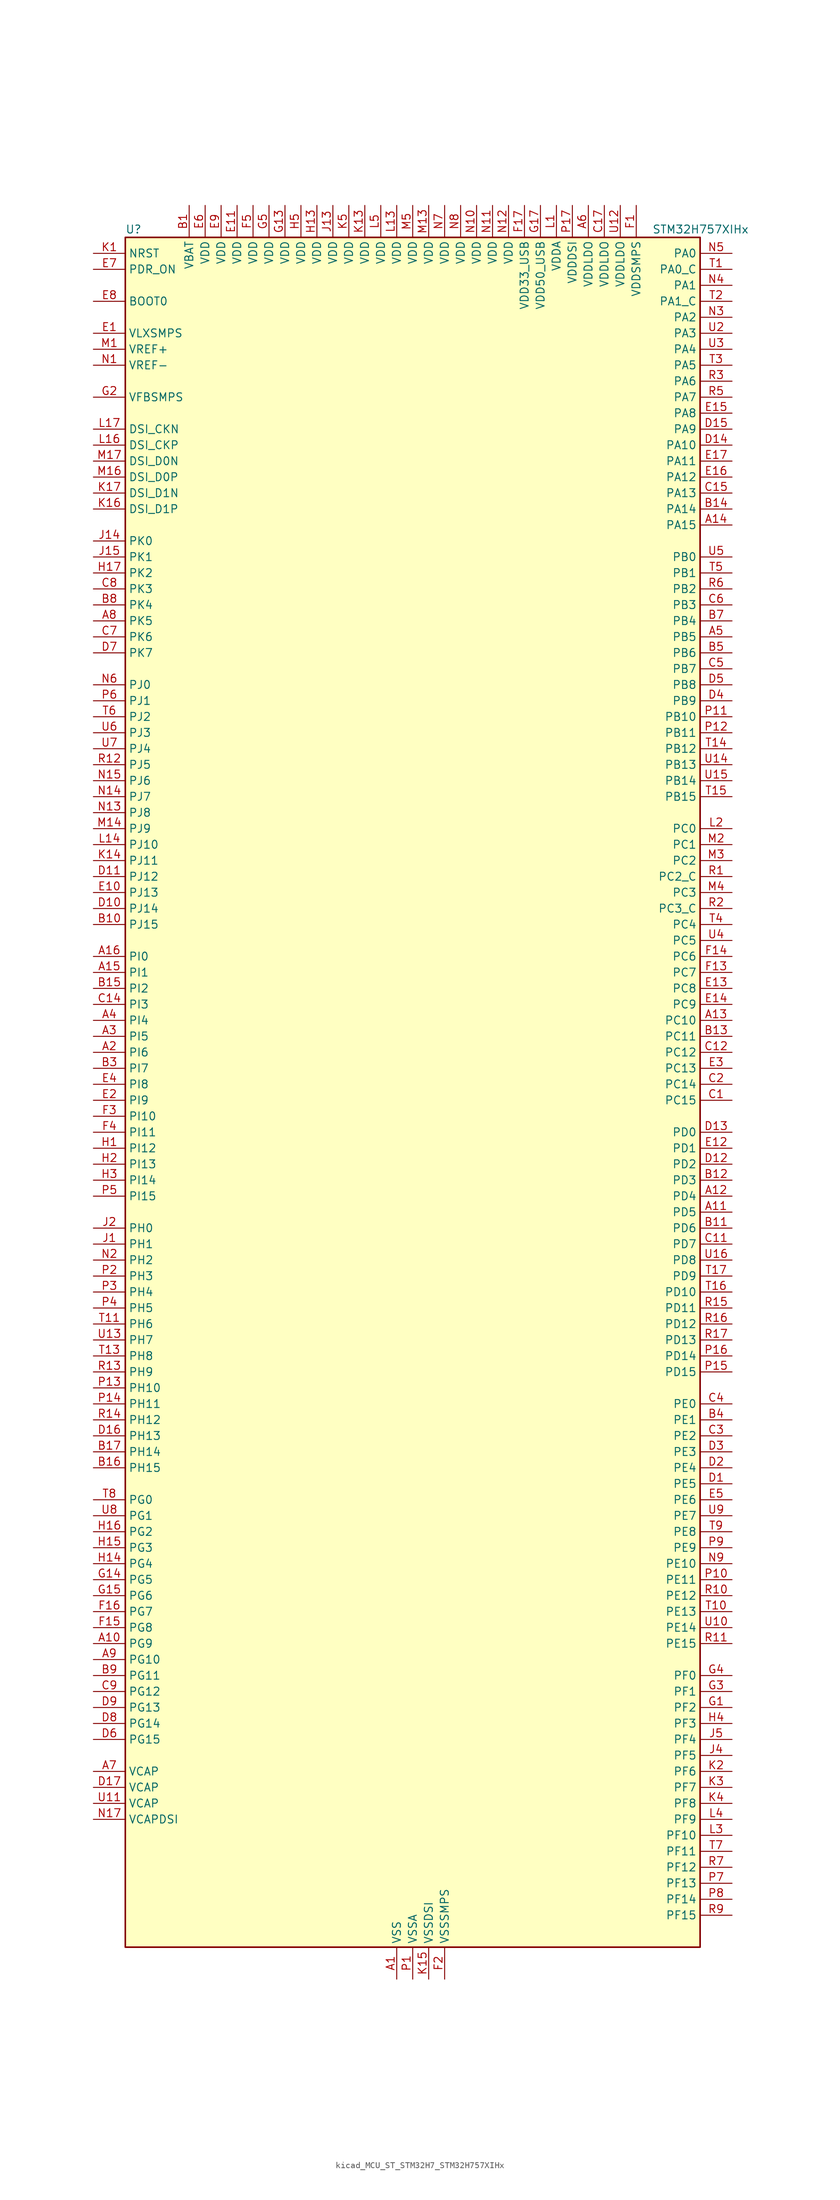
<source format=kicad_sym>
(kicad_symbol_lib
  (version 20220914)
  (generator kicad_symbol_editor)
  (symbol "kicad_MCU_ST_STM32H7_STM32H757XIHx"
    (property "Reference" "U"
      (at -45.72 138.43 0)
      (effects (font (size 1.27 1.27)) (justify left)))
    (property "Value" "STM32H757XIHx"
      (at 38.1 138.43 0)
      (effects (font (size 1.27 1.27)) (justify left)))
    (property "ki_locked" ""
      (at 0 0 0)
      (effects (font (size 1.27 1.27))))
    (symbol "kicad_MCU_ST_STM32H7_STM32H757XIHx_0_1"
      (rectangle (start -45.72 -134.62) (end 45.72 137.16) (stroke (width 0.254) (type default)) (fill (type background))))
    (symbol "kicad_MCU_ST_STM32H7_STM32H757XIHx_1_1"
      (pin power_in line (at -2.54 -139.7 90) (length 5.08) (name "VSS" (effects (font (size 1.27 1.27)))) (number "A1" (effects (font (size 1.27 1.27)))))
      (pin bidirectional line (at -50.8 -86.36 0) (length 5.08) (name "PG9" (effects (font (size 1.27 1.27)))) (number "A10" (effects (font (size 1.27 1.27)))) (alternate "DAC1_EXTI9" bidirectional line) (alternate "DCMI_VSYNC" bidirectional line) (alternate "FMC_NCE" bidirectional line) (alternate "FMC_NE2" bidirectional line) (alternate "I2S1_SDI" bidirectional line) (alternate "QUADSPI_BK2_IO2" bidirectional line) (alternate "SAI2_FS_B" bidirectional line) (alternate "SPDIFRX1_IN3" bidirectional line) (alternate "SPI1_MISO" bidirectional line) (alternate "USART6_RX" bidirectional line))
      (pin bidirectional line (at 50.8 -17.78 180) (length 5.08) (name "PD5" (effects (font (size 1.27 1.27)))) (number "A11" (effects (font (size 1.27 1.27)))) (alternate "FMC_NWE" bidirectional line) (alternate "HRTIM_EEV3" bidirectional line) (alternate "USART2_TX" bidirectional line))
      (pin bidirectional line (at 50.8 -15.24 180) (length 5.08) (name "PD4" (effects (font (size 1.27 1.27)))) (number "A12" (effects (font (size 1.27 1.27)))) (alternate "FMC_NOE" bidirectional line) (alternate "HRTIM_FLT3" bidirectional line) (alternate "SAI3_FS_A" bidirectional line) (alternate "USART2_DE" bidirectional line) (alternate "USART2_RTS" bidirectional line))
      (pin bidirectional line (at 50.8 12.7 180) (length 5.08) (name "PC10" (effects (font (size 1.27 1.27)))) (number "A13" (effects (font (size 1.27 1.27)))) (alternate "DCMI_D8" bidirectional line) (alternate "DFSDM1_CKIN5" bidirectional line) (alternate "HRTIM_EEV1" bidirectional line) (alternate "I2S3_CK" bidirectional line) (alternate "LTDC_R2" bidirectional line) (alternate "QUADSPI_BK1_IO1" bidirectional line) (alternate "SDMMC1_D2" bidirectional line) (alternate "SPI3_SCK" bidirectional line) (alternate "UART4_TX" bidirectional line) (alternate "USART3_TX" bidirectional line))
      (pin bidirectional line (at 50.8 91.44 180) (length 5.08) (name "PA15" (effects (font (size 1.27 1.27)))) (number "A14" (effects (font (size 1.27 1.27)))) (alternate "ADC1_EXTI15" bidirectional line) (alternate "ADC2_EXTI15" bidirectional line) (alternate "ADC3_EXTI15" bidirectional line) (alternate "CEC" bidirectional line) (alternate "DEBUG_JTDI" bidirectional line) (alternate "DSIHOST_TE" bidirectional line) (alternate "HRTIM_FLT1" bidirectional line) (alternate "I2S1_WS" bidirectional line) (alternate "I2S3_WS" bidirectional line) (alternate "SPI1_NSS" bidirectional line) (alternate "SPI3_NSS" bidirectional line) (alternate "SPI6_NSS" bidirectional line) (alternate "TIM2_CH1" bidirectional line) (alternate "TIM2_ETR" bidirectional line) (alternate "UART4_DE" bidirectional line) (alternate "UART4_RTS" bidirectional line) (alternate "UART7_TX" bidirectional line))
      (pin bidirectional line (at -50.8 20.32 0) (length 5.08) (name "PI1" (effects (font (size 1.27 1.27)))) (number "A15" (effects (font (size 1.27 1.27)))) (alternate "DCMI_D8" bidirectional line) (alternate "FMC_D25" bidirectional line) (alternate "I2S2_CK" bidirectional line) (alternate "LTDC_G6" bidirectional line) (alternate "SPI2_SCK" bidirectional line) (alternate "TIM8_BKIN2" bidirectional line) (alternate "TIM8_BKIN2_COMP1" bidirectional line) (alternate "TIM8_BKIN2_COMP2" bidirectional line))
      (pin bidirectional line (at -50.8 22.86 0) (length 5.08) (name "PI0" (effects (font (size 1.27 1.27)))) (number "A16" (effects (font (size 1.27 1.27)))) (alternate "DCMI_D13" bidirectional line) (alternate "FMC_D24" bidirectional line) (alternate "I2S2_WS" bidirectional line) (alternate "LTDC_G5" bidirectional line) (alternate "SPI2_NSS" bidirectional line) (alternate "TIM5_CH4" bidirectional line))
      (pin passive line (at -2.54 -139.7 90) (length 5.08) hide (name "VSS" (effects (font (size 1.27 1.27)))) (number "A17" (effects (font (size 1.27 1.27)))))
      (pin bidirectional line (at -50.8 7.62 0) (length 5.08) (name "PI6" (effects (font (size 1.27 1.27)))) (number "A2" (effects (font (size 1.27 1.27)))) (alternate "DCMI_D6" bidirectional line) (alternate "FMC_D28" bidirectional line) (alternate "LTDC_B6" bidirectional line) (alternate "SAI2_SD_A" bidirectional line) (alternate "TIM8_CH2" bidirectional line))
      (pin bidirectional line (at -50.8 10.16 0) (length 5.08) (name "PI5" (effects (font (size 1.27 1.27)))) (number "A3" (effects (font (size 1.27 1.27)))) (alternate "DCMI_VSYNC" bidirectional line) (alternate "FMC_NBL3" bidirectional line) (alternate "LTDC_B5" bidirectional line) (alternate "SAI2_SCK_A" bidirectional line) (alternate "TIM8_CH1" bidirectional line))
      (pin bidirectional line (at -50.8 12.7 0) (length 5.08) (name "PI4" (effects (font (size 1.27 1.27)))) (number "A4" (effects (font (size 1.27 1.27)))) (alternate "DCMI_D5" bidirectional line) (alternate "FMC_NBL2" bidirectional line) (alternate "LTDC_B4" bidirectional line) (alternate "SAI2_MCLK_A" bidirectional line) (alternate "TIM8_BKIN" bidirectional line) (alternate "TIM8_BKIN_COMP1" bidirectional line) (alternate "TIM8_BKIN_COMP2" bidirectional line))
      (pin bidirectional line (at 50.8 73.66 180) (length 5.08) (name "PB5" (effects (font (size 1.27 1.27)))) (number "A5" (effects (font (size 1.27 1.27)))) (alternate "DCMI_D10" bidirectional line) (alternate "ETH_PPS_OUT" bidirectional line) (alternate "FDCAN2_RX" bidirectional line) (alternate "FMC_SDCKE1" bidirectional line) (alternate "HRTIM_EEV7" bidirectional line) (alternate "I2C1_SMBA" bidirectional line) (alternate "I2C4_SMBA" bidirectional line) (alternate "I2S1_SDO" bidirectional line) (alternate "I2S3_SDO" bidirectional line) (alternate "SPI1_MOSI" bidirectional line) (alternate "SPI3_MOSI" bidirectional line) (alternate "SPI6_MOSI" bidirectional line) (alternate "TIM17_BKIN" bidirectional line) (alternate "TIM3_CH2" bidirectional line) (alternate "UART5_RX" bidirectional line) (alternate "USB_OTG_HS_ULPI_D7" bidirectional line))
      (pin power_in line (at 27.94 142.24 270) (length 5.08) (name "VDDLDO" (effects (font (size 1.27 1.27)))) (number "A6" (effects (font (size 1.27 1.27)))))
      (pin power_out line (at -50.8 -106.68 0) (length 5.08) (name "VCAP" (effects (font (size 1.27 1.27)))) (number "A7" (effects (font (size 1.27 1.27)))))
      (pin bidirectional line (at -50.8 76.2 0) (length 5.08) (name "PK5" (effects (font (size 1.27 1.27)))) (number "A8" (effects (font (size 1.27 1.27)))) (alternate "LTDC_B6" bidirectional line))
      (pin bidirectional line (at -50.8 -88.9 0) (length 5.08) (name "PG10" (effects (font (size 1.27 1.27)))) (number "A9" (effects (font (size 1.27 1.27)))) (alternate "DCMI_D2" bidirectional line) (alternate "FMC_NE3" bidirectional line) (alternate "HRTIM_FLT5" bidirectional line) (alternate "I2S1_WS" bidirectional line) (alternate "LTDC_B2" bidirectional line) (alternate "LTDC_G3" bidirectional line) (alternate "SAI2_SD_B" bidirectional line) (alternate "SPI1_NSS" bidirectional line))
      (pin power_in line (at -35.56 142.24 270) (length 5.08) (name "VBAT" (effects (font (size 1.27 1.27)))) (number "B1" (effects (font (size 1.27 1.27)))))
      (pin bidirectional line (at -50.8 27.94 0) (length 5.08) (name "PJ15" (effects (font (size 1.27 1.27)))) (number "B10" (effects (font (size 1.27 1.27)))) (alternate "ADC1_EXTI15" bidirectional line) (alternate "ADC2_EXTI15" bidirectional line) (alternate "ADC3_EXTI15" bidirectional line) (alternate "LTDC_B3" bidirectional line))
      (pin bidirectional line (at 50.8 -20.32 180) (length 5.08) (name "PD6" (effects (font (size 1.27 1.27)))) (number "B11" (effects (font (size 1.27 1.27)))) (alternate "DCMI_D10" bidirectional line) (alternate "DFSDM1_CKIN4" bidirectional line) (alternate "DFSDM1_DATIN1" bidirectional line) (alternate "FMC_NWAIT" bidirectional line) (alternate "I2S3_SDO" bidirectional line) (alternate "LTDC_B2" bidirectional line) (alternate "SAI1_D1" bidirectional line) (alternate "SAI1_SD_A" bidirectional line) (alternate "SAI4_D1" bidirectional line) (alternate "SAI4_SD_A" bidirectional line) (alternate "SDMMC2_CK" bidirectional line) (alternate "SPI3_MOSI" bidirectional line) (alternate "USART2_RX" bidirectional line))
      (pin bidirectional line (at 50.8 -12.7 180) (length 5.08) (name "PD3" (effects (font (size 1.27 1.27)))) (number "B12" (effects (font (size 1.27 1.27)))) (alternate "DCMI_D5" bidirectional line) (alternate "DFSDM1_CKOUT" bidirectional line) (alternate "FMC_CLK" bidirectional line) (alternate "I2S2_CK" bidirectional line) (alternate "LTDC_G7" bidirectional line) (alternate "SPI2_SCK" bidirectional line) (alternate "USART2_CTS" bidirectional line) (alternate "USART2_NSS" bidirectional line))
      (pin bidirectional line (at 50.8 10.16 180) (length 5.08) (name "PC11" (effects (font (size 1.27 1.27)))) (number "B13" (effects (font (size 1.27 1.27)))) (alternate "ADC1_EXTI11" bidirectional line) (alternate "ADC2_EXTI11" bidirectional line) (alternate "ADC3_EXTI11" bidirectional line) (alternate "DCMI_D4" bidirectional line) (alternate "DFSDM1_DATIN5" bidirectional line) (alternate "HRTIM_FLT2" bidirectional line) (alternate "I2S3_SDI" bidirectional line) (alternate "QUADSPI_BK2_NCS" bidirectional line) (alternate "SDMMC1_D3" bidirectional line) (alternate "SPI3_MISO" bidirectional line) (alternate "UART4_RX" bidirectional line) (alternate "USART3_RX" bidirectional line))
      (pin bidirectional line (at 50.8 93.98 180) (length 5.08) (name "PA14" (effects (font (size 1.27 1.27)))) (number "B14" (effects (font (size 1.27 1.27)))) (alternate "DEBUG_JTCK-SWCLK" bidirectional line))
      (pin bidirectional line (at -50.8 17.78 0) (length 5.08) (name "PI2" (effects (font (size 1.27 1.27)))) (number "B15" (effects (font (size 1.27 1.27)))) (alternate "DCMI_D9" bidirectional line) (alternate "FMC_D26" bidirectional line) (alternate "I2S2_SDI" bidirectional line) (alternate "LTDC_G7" bidirectional line) (alternate "SPI2_MISO" bidirectional line) (alternate "TIM8_CH4" bidirectional line))
      (pin bidirectional line (at -50.8 -58.42 0) (length 5.08) (name "PH15" (effects (font (size 1.27 1.27)))) (number "B16" (effects (font (size 1.27 1.27)))) (alternate "ADC1_EXTI15" bidirectional line) (alternate "ADC2_EXTI15" bidirectional line) (alternate "ADC3_EXTI15" bidirectional line) (alternate "DCMI_D11" bidirectional line) (alternate "FMC_D23" bidirectional line) (alternate "LTDC_G4" bidirectional line) (alternate "TIM8_CH3N" bidirectional line))
      (pin bidirectional line (at -50.8 -55.88 0) (length 5.08) (name "PH14" (effects (font (size 1.27 1.27)))) (number "B17" (effects (font (size 1.27 1.27)))) (alternate "DCMI_D4" bidirectional line) (alternate "FDCAN1_RX" bidirectional line) (alternate "FMC_D22" bidirectional line) (alternate "LTDC_G3" bidirectional line) (alternate "TIM8_CH2N" bidirectional line) (alternate "UART4_RX" bidirectional line))
      (pin passive line (at -2.54 -139.7 90) (length 5.08) hide (name "VSS" (effects (font (size 1.27 1.27)))) (number "B2" (effects (font (size 1.27 1.27)))))
      (pin bidirectional line (at -50.8 5.08 0) (length 5.08) (name "PI7" (effects (font (size 1.27 1.27)))) (number "B3" (effects (font (size 1.27 1.27)))) (alternate "DCMI_D7" bidirectional line) (alternate "FMC_D29" bidirectional line) (alternate "LTDC_B7" bidirectional line) (alternate "SAI2_FS_A" bidirectional line) (alternate "TIM8_CH3" bidirectional line))
      (pin bidirectional line (at 50.8 -50.8 180) (length 5.08) (name "PE1" (effects (font (size 1.27 1.27)))) (number "B4" (effects (font (size 1.27 1.27)))) (alternate "DCMI_D3" bidirectional line) (alternate "FMC_NBL1" bidirectional line) (alternate "HRTIM_SCOUT" bidirectional line) (alternate "LPTIM1_IN2" bidirectional line) (alternate "UART8_TX" bidirectional line))
      (pin bidirectional line (at 50.8 71.12 180) (length 5.08) (name "PB6" (effects (font (size 1.27 1.27)))) (number "B5" (effects (font (size 1.27 1.27)))) (alternate "CEC" bidirectional line) (alternate "DCMI_D5" bidirectional line) (alternate "DFSDM1_DATIN5" bidirectional line) (alternate "FDCAN2_TX" bidirectional line) (alternate "FMC_SDNE1" bidirectional line) (alternate "HRTIM_EEV8" bidirectional line) (alternate "I2C1_SCL" bidirectional line) (alternate "I2C4_SCL" bidirectional line) (alternate "LPUART1_TX" bidirectional line) (alternate "QUADSPI_BK1_NCS" bidirectional line) (alternate "TIM16_CH1N" bidirectional line) (alternate "TIM4_CH1" bidirectional line) (alternate "UART5_TX" bidirectional line) (alternate "USART1_TX" bidirectional line))
      (pin passive line (at -2.54 -139.7 90) (length 5.08) hide (name "VSS" (effects (font (size 1.27 1.27)))) (number "B6" (effects (font (size 1.27 1.27)))))
      (pin bidirectional line (at 50.8 76.2 180) (length 5.08) (name "PB4" (effects (font (size 1.27 1.27)))) (number "B7" (effects (font (size 1.27 1.27)))) (alternate "DEBUG_JTRST" bidirectional line) (alternate "HRTIM_EEV6" bidirectional line) (alternate "I2S1_SDI" bidirectional line) (alternate "I2S2_WS" bidirectional line) (alternate "I2S3_SDI" bidirectional line) (alternate "SDMMC2_D3" bidirectional line) (alternate "SPI1_MISO" bidirectional line) (alternate "SPI2_NSS" bidirectional line) (alternate "SPI3_MISO" bidirectional line) (alternate "SPI6_MISO" bidirectional line) (alternate "TIM16_BKIN" bidirectional line) (alternate "TIM3_CH1" bidirectional line) (alternate "UART7_TX" bidirectional line))
      (pin bidirectional line (at -50.8 78.74 0) (length 5.08) (name "PK4" (effects (font (size 1.27 1.27)))) (number "B8" (effects (font (size 1.27 1.27)))) (alternate "LTDC_B5" bidirectional line))
      (pin bidirectional line (at -50.8 -91.44 0) (length 5.08) (name "PG11" (effects (font (size 1.27 1.27)))) (number "B9" (effects (font (size 1.27 1.27)))) (alternate "ADC1_EXTI11" bidirectional line) (alternate "ADC2_EXTI11" bidirectional line) (alternate "ADC3_EXTI11" bidirectional line) (alternate "DCMI_D3" bidirectional line) (alternate "ETH_TX_EN" bidirectional line) (alternate "HRTIM_EEV4" bidirectional line) (alternate "I2S1_CK" bidirectional line) (alternate "LPTIM1_IN2" bidirectional line) (alternate "LTDC_B3" bidirectional line) (alternate "SDMMC2_D2" bidirectional line) (alternate "SPDIFRX1_IN0" bidirectional line) (alternate "SPI1_SCK" bidirectional line))
      (pin bidirectional line (at 50.8 0 180) (length 5.08) (name "PC15" (effects (font (size 1.27 1.27)))) (number "C1" (effects (font (size 1.27 1.27)))) (alternate "ADC1_EXTI15" bidirectional line) (alternate "ADC2_EXTI15" bidirectional line) (alternate "ADC3_EXTI15" bidirectional line) (alternate "RCC_OSC32_OUT" bidirectional line))
      (pin passive line (at -2.54 -139.7 90) (length 5.08) hide (name "VSS" (effects (font (size 1.27 1.27)))) (number "C10" (effects (font (size 1.27 1.27)))))
      (pin bidirectional line (at 50.8 -22.86 180) (length 5.08) (name "PD7" (effects (font (size 1.27 1.27)))) (number "C11" (effects (font (size 1.27 1.27)))) (alternate "DFSDM1_CKIN1" bidirectional line) (alternate "DFSDM1_DATIN4" bidirectional line) (alternate "FMC_NE1" bidirectional line) (alternate "I2S1_SDO" bidirectional line) (alternate "SDMMC2_CMD" bidirectional line) (alternate "SPDIFRX1_IN0" bidirectional line) (alternate "SPI1_MOSI" bidirectional line) (alternate "USART2_CK" bidirectional line))
      (pin bidirectional line (at 50.8 7.62 180) (length 5.08) (name "PC12" (effects (font (size 1.27 1.27)))) (number "C12" (effects (font (size 1.27 1.27)))) (alternate "DCMI_D9" bidirectional line) (alternate "DEBUG_TRACED3" bidirectional line) (alternate "HRTIM_EEV2" bidirectional line) (alternate "I2S3_SDO" bidirectional line) (alternate "SDMMC1_CK" bidirectional line) (alternate "SPI3_MOSI" bidirectional line) (alternate "UART5_TX" bidirectional line) (alternate "USART3_CK" bidirectional line))
      (pin passive line (at -2.54 -139.7 90) (length 5.08) hide (name "VSS" (effects (font (size 1.27 1.27)))) (number "C13" (effects (font (size 1.27 1.27)))))
      (pin bidirectional line (at -50.8 15.24 0) (length 5.08) (name "PI3" (effects (font (size 1.27 1.27)))) (number "C14" (effects (font (size 1.27 1.27)))) (alternate "DCMI_D10" bidirectional line) (alternate "FMC_D27" bidirectional line) (alternate "I2S2_SDO" bidirectional line) (alternate "SPI2_MOSI" bidirectional line) (alternate "TIM8_ETR" bidirectional line))
      (pin bidirectional line (at 50.8 96.52 180) (length 5.08) (name "PA13" (effects (font (size 1.27 1.27)))) (number "C15" (effects (font (size 1.27 1.27)))) (alternate "DEBUG_JTMS-SWDIO" bidirectional line))
      (pin passive line (at -2.54 -139.7 90) (length 5.08) hide (name "VSS" (effects (font (size 1.27 1.27)))) (number "C16" (effects (font (size 1.27 1.27)))))
      (pin power_in line (at 30.48 142.24 270) (length 5.08) (name "VDDLDO" (effects (font (size 1.27 1.27)))) (number "C17" (effects (font (size 1.27 1.27)))))
      (pin bidirectional line (at 50.8 2.54 180) (length 5.08) (name "PC14" (effects (font (size 1.27 1.27)))) (number "C2" (effects (font (size 1.27 1.27)))) (alternate "RCC_OSC32_IN" bidirectional line))
      (pin bidirectional line (at 50.8 -53.34 180) (length 5.08) (name "PE2" (effects (font (size 1.27 1.27)))) (number "C3" (effects (font (size 1.27 1.27)))) (alternate "DEBUG_TRACECLK" bidirectional line) (alternate "ETH_TXD3" bidirectional line) (alternate "FMC_A23" bidirectional line) (alternate "QUADSPI_BK1_IO2" bidirectional line) (alternate "SAI1_CK1" bidirectional line) (alternate "SAI1_MCLK_A" bidirectional line) (alternate "SAI4_CK1" bidirectional line) (alternate "SAI4_MCLK_A" bidirectional line) (alternate "SPI4_SCK" bidirectional line))
      (pin bidirectional line (at 50.8 -48.26 180) (length 5.08) (name "PE0" (effects (font (size 1.27 1.27)))) (number "C4" (effects (font (size 1.27 1.27)))) (alternate "DCMI_D2" bidirectional line) (alternate "FMC_NBL0" bidirectional line) (alternate "HRTIM_SCIN" bidirectional line) (alternate "LPTIM1_ETR" bidirectional line) (alternate "LPTIM2_ETR" bidirectional line) (alternate "SAI2_MCLK_A" bidirectional line) (alternate "TIM4_ETR" bidirectional line) (alternate "UART8_RX" bidirectional line))
      (pin bidirectional line (at 50.8 68.58 180) (length 5.08) (name "PB7" (effects (font (size 1.27 1.27)))) (number "C5" (effects (font (size 1.27 1.27)))) (alternate "DCMI_VSYNC" bidirectional line) (alternate "DFSDM1_CKIN5" bidirectional line) (alternate "FMC_NL" bidirectional line) (alternate "HRTIM_EEV9" bidirectional line) (alternate "I2C1_SDA" bidirectional line) (alternate "I2C4_SDA" bidirectional line) (alternate "LPUART1_RX" bidirectional line) (alternate "PWR_PVD_IN" bidirectional line) (alternate "TIM17_CH1N" bidirectional line) (alternate "TIM4_CH2" bidirectional line) (alternate "USART1_RX" bidirectional line))
      (pin bidirectional line (at 50.8 78.74 180) (length 5.08) (name "PB3" (effects (font (size 1.27 1.27)))) (number "C6" (effects (font (size 1.27 1.27)))) (alternate "CRS_SYNC" bidirectional line) (alternate "DEBUG_JTDO-SWO" bidirectional line) (alternate "HRTIM_FLT4" bidirectional line) (alternate "I2S1_CK" bidirectional line) (alternate "I2S3_CK" bidirectional line) (alternate "SDMMC2_D2" bidirectional line) (alternate "SPI1_SCK" bidirectional line) (alternate "SPI3_SCK" bidirectional line) (alternate "SPI6_SCK" bidirectional line) (alternate "TIM2_CH2" bidirectional line) (alternate "UART7_RX" bidirectional line))
      (pin bidirectional line (at -50.8 73.66 0) (length 5.08) (name "PK6" (effects (font (size 1.27 1.27)))) (number "C7" (effects (font (size 1.27 1.27)))) (alternate "LTDC_B7" bidirectional line))
      (pin bidirectional line (at -50.8 81.28 0) (length 5.08) (name "PK3" (effects (font (size 1.27 1.27)))) (number "C8" (effects (font (size 1.27 1.27)))) (alternate "LTDC_B4" bidirectional line))
      (pin bidirectional line (at -50.8 -93.98 0) (length 5.08) (name "PG12" (effects (font (size 1.27 1.27)))) (number "C9" (effects (font (size 1.27 1.27)))) (alternate "ETH_TXD1" bidirectional line) (alternate "FMC_NE4" bidirectional line) (alternate "HRTIM_EEV5" bidirectional line) (alternate "LPTIM1_IN1" bidirectional line) (alternate "LTDC_B1" bidirectional line) (alternate "LTDC_B4" bidirectional line) (alternate "SPDIFRX1_IN1" bidirectional line) (alternate "SPI6_MISO" bidirectional line) (alternate "USART6_DE" bidirectional line) (alternate "USART6_RTS" bidirectional line))
      (pin bidirectional line (at 50.8 -60.96 180) (length 5.08) (name "PE5" (effects (font (size 1.27 1.27)))) (number "D1" (effects (font (size 1.27 1.27)))) (alternate "DCMI_D6" bidirectional line) (alternate "DEBUG_TRACED2" bidirectional line) (alternate "DFSDM1_CKIN3" bidirectional line) (alternate "FMC_A21" bidirectional line) (alternate "LTDC_G0" bidirectional line) (alternate "SAI1_CK2" bidirectional line) (alternate "SAI1_SCK_A" bidirectional line) (alternate "SAI4_CK2" bidirectional line) (alternate "SAI4_SCK_A" bidirectional line) (alternate "SPI4_MISO" bidirectional line) (alternate "TIM15_CH1" bidirectional line))
      (pin bidirectional line (at -50.8 30.48 0) (length 5.08) (name "PJ14" (effects (font (size 1.27 1.27)))) (number "D10" (effects (font (size 1.27 1.27)))) (alternate "LTDC_B2" bidirectional line))
      (pin bidirectional line (at -50.8 35.56 0) (length 5.08) (name "PJ12" (effects (font (size 1.27 1.27)))) (number "D11" (effects (font (size 1.27 1.27)))) (alternate "DEBUG_TRGOUT" bidirectional line) (alternate "LTDC_B0" bidirectional line) (alternate "LTDC_G3" bidirectional line))
      (pin bidirectional line (at 50.8 -10.16 180) (length 5.08) (name "PD2" (effects (font (size 1.27 1.27)))) (number "D12" (effects (font (size 1.27 1.27)))) (alternate "DCMI_D11" bidirectional line) (alternate "DEBUG_TRACED2" bidirectional line) (alternate "SDMMC1_CMD" bidirectional line) (alternate "TIM3_ETR" bidirectional line) (alternate "UART5_RX" bidirectional line))
      (pin bidirectional line (at 50.8 -5.08 180) (length 5.08) (name "PD0" (effects (font (size 1.27 1.27)))) (number "D13" (effects (font (size 1.27 1.27)))) (alternate "DFSDM1_CKIN6" bidirectional line) (alternate "FDCAN1_RX" bidirectional line) (alternate "FMC_D2" bidirectional line) (alternate "FMC_DA2" bidirectional line) (alternate "SAI3_SCK_A" bidirectional line) (alternate "UART4_RX" bidirectional line))
      (pin bidirectional line (at 50.8 104.14 180) (length 5.08) (name "PA10" (effects (font (size 1.27 1.27)))) (number "D14" (effects (font (size 1.27 1.27)))) (alternate "DCMI_D1" bidirectional line) (alternate "HRTIM_CHC2" bidirectional line) (alternate "LPUART1_RX" bidirectional line) (alternate "LTDC_B1" bidirectional line) (alternate "LTDC_B4" bidirectional line) (alternate "MDIOS_MDIO" bidirectional line) (alternate "TIM1_CH3" bidirectional line) (alternate "USART1_RX" bidirectional line) (alternate "USB_OTG_FS_ID" bidirectional line))
      (pin bidirectional line (at 50.8 106.68 180) (length 5.08) (name "PA9" (effects (font (size 1.27 1.27)))) (number "D15" (effects (font (size 1.27 1.27)))) (alternate "DAC1_EXTI9" bidirectional line) (alternate "DCMI_D0" bidirectional line) (alternate "HRTIM_CHC1" bidirectional line) (alternate "I2C3_SMBA" bidirectional line) (alternate "I2S2_CK" bidirectional line) (alternate "LPUART1_TX" bidirectional line) (alternate "LTDC_R5" bidirectional line) (alternate "SPI2_SCK" bidirectional line) (alternate "TIM1_CH2" bidirectional line) (alternate "USART1_TX" bidirectional line) (alternate "USB_OTG_FS_VBUS" bidirectional line))
      (pin bidirectional line (at -50.8 -53.34 0) (length 5.08) (name "PH13" (effects (font (size 1.27 1.27)))) (number "D16" (effects (font (size 1.27 1.27)))) (alternate "FDCAN1_TX" bidirectional line) (alternate "FMC_D21" bidirectional line) (alternate "LTDC_G2" bidirectional line) (alternate "TIM8_CH1N" bidirectional line) (alternate "UART4_TX" bidirectional line))
      (pin power_out line (at -50.8 -109.22 0) (length 5.08) (name "VCAP" (effects (font (size 1.27 1.27)))) (number "D17" (effects (font (size 1.27 1.27)))))
      (pin bidirectional line (at 50.8 -58.42 180) (length 5.08) (name "PE4" (effects (font (size 1.27 1.27)))) (number "D2" (effects (font (size 1.27 1.27)))) (alternate "DCMI_D4" bidirectional line) (alternate "DEBUG_TRACED1" bidirectional line) (alternate "DFSDM1_DATIN3" bidirectional line) (alternate "FMC_A20" bidirectional line) (alternate "LTDC_B0" bidirectional line) (alternate "SAI1_D2" bidirectional line) (alternate "SAI1_FS_A" bidirectional line) (alternate "SAI4_D2" bidirectional line) (alternate "SAI4_FS_A" bidirectional line) (alternate "SPI4_NSS" bidirectional line) (alternate "TIM15_CH1N" bidirectional line))
      (pin bidirectional line (at 50.8 -55.88 180) (length 5.08) (name "PE3" (effects (font (size 1.27 1.27)))) (number "D3" (effects (font (size 1.27 1.27)))) (alternate "DEBUG_TRACED0" bidirectional line) (alternate "FMC_A19" bidirectional line) (alternate "SAI1_SD_B" bidirectional line) (alternate "SAI4_SD_B" bidirectional line) (alternate "TIM15_BKIN" bidirectional line))
      (pin bidirectional line (at 50.8 63.5 180) (length 5.08) (name "PB9" (effects (font (size 1.27 1.27)))) (number "D4" (effects (font (size 1.27 1.27)))) (alternate "DAC1_EXTI9" bidirectional line) (alternate "DCMI_D7" bidirectional line) (alternate "DFSDM1_DATIN7" bidirectional line) (alternate "FDCAN1_TX" bidirectional line) (alternate "I2C1_SDA" bidirectional line) (alternate "I2C4_SDA" bidirectional line) (alternate "I2C4_SMBA" bidirectional line) (alternate "I2S2_WS" bidirectional line) (alternate "LTDC_B7" bidirectional line) (alternate "SDMMC1_CDIR" bidirectional line) (alternate "SDMMC1_D5" bidirectional line) (alternate "SDMMC2_D5" bidirectional line) (alternate "SPI2_NSS" bidirectional line) (alternate "TIM17_CH1" bidirectional line) (alternate "TIM4_CH4" bidirectional line) (alternate "UART4_TX" bidirectional line))
      (pin bidirectional line (at 50.8 66.04 180) (length 5.08) (name "PB8" (effects (font (size 1.27 1.27)))) (number "D5" (effects (font (size 1.27 1.27)))) (alternate "DCMI_D6" bidirectional line) (alternate "DFSDM1_CKIN7" bidirectional line) (alternate "ETH_TXD3" bidirectional line) (alternate "FDCAN1_RX" bidirectional line) (alternate "I2C1_SCL" bidirectional line) (alternate "I2C4_SCL" bidirectional line) (alternate "LTDC_B6" bidirectional line) (alternate "SDMMC1_CKIN" bidirectional line) (alternate "SDMMC1_D4" bidirectional line) (alternate "SDMMC2_D4" bidirectional line) (alternate "TIM16_CH1" bidirectional line) (alternate "TIM4_CH3" bidirectional line) (alternate "UART4_RX" bidirectional line))
      (pin bidirectional line (at -50.8 -101.6 0) (length 5.08) (name "PG15" (effects (font (size 1.27 1.27)))) (number "D6" (effects (font (size 1.27 1.27)))) (alternate "ADC1_EXTI15" bidirectional line) (alternate "ADC2_EXTI15" bidirectional line) (alternate "ADC3_EXTI15" bidirectional line) (alternate "DCMI_D13" bidirectional line) (alternate "FMC_SDNCAS" bidirectional line) (alternate "USART6_CTS" bidirectional line) (alternate "USART6_NSS" bidirectional line))
      (pin bidirectional line (at -50.8 71.12 0) (length 5.08) (name "PK7" (effects (font (size 1.27 1.27)))) (number "D7" (effects (font (size 1.27 1.27)))) (alternate "LTDC_DE" bidirectional line))
      (pin bidirectional line (at -50.8 -99.06 0) (length 5.08) (name "PG14" (effects (font (size 1.27 1.27)))) (number "D8" (effects (font (size 1.27 1.27)))) (alternate "DEBUG_TRACED1" bidirectional line) (alternate "ETH_TXD1" bidirectional line) (alternate "FMC_A25" bidirectional line) (alternate "LPTIM1_ETR" bidirectional line) (alternate "LTDC_B0" bidirectional line) (alternate "QUADSPI_BK2_IO3" bidirectional line) (alternate "SPI6_MOSI" bidirectional line) (alternate "USART6_TX" bidirectional line))
      (pin bidirectional line (at -50.8 -96.52 0) (length 5.08) (name "PG13" (effects (font (size 1.27 1.27)))) (number "D9" (effects (font (size 1.27 1.27)))) (alternate "DEBUG_TRACED0" bidirectional line) (alternate "ETH_TXD0" bidirectional line) (alternate "FMC_A24" bidirectional line) (alternate "HRTIM_EEV10" bidirectional line) (alternate "LPTIM1_OUT" bidirectional line) (alternate "LTDC_R0" bidirectional line) (alternate "SPI6_SCK" bidirectional line) (alternate "USART6_CTS" bidirectional line) (alternate "USART6_NSS" bidirectional line))
      (pin power_in line (at -50.8 121.92 0) (length 5.08) (name "VLXSMPS" (effects (font (size 1.27 1.27)))) (number "E1" (effects (font (size 1.27 1.27)))))
      (pin bidirectional line (at -50.8 33.02 0) (length 5.08) (name "PJ13" (effects (font (size 1.27 1.27)))) (number "E10" (effects (font (size 1.27 1.27)))) (alternate "LTDC_B1" bidirectional line) (alternate "LTDC_B4" bidirectional line))
      (pin power_in line (at -27.94 142.24 270) (length 5.08) (name "VDD" (effects (font (size 1.27 1.27)))) (number "E11" (effects (font (size 1.27 1.27)))))
      (pin bidirectional line (at 50.8 -7.62 180) (length 5.08) (name "PD1" (effects (font (size 1.27 1.27)))) (number "E12" (effects (font (size 1.27 1.27)))) (alternate "DFSDM1_DATIN6" bidirectional line) (alternate "FDCAN1_TX" bidirectional line) (alternate "FMC_D3" bidirectional line) (alternate "FMC_DA3" bidirectional line) (alternate "SAI3_SD_A" bidirectional line) (alternate "UART4_TX" bidirectional line))
      (pin bidirectional line (at 50.8 17.78 180) (length 5.08) (name "PC8" (effects (font (size 1.27 1.27)))) (number "E13" (effects (font (size 1.27 1.27)))) (alternate "DCMI_D2" bidirectional line) (alternate "DEBUG_TRACED1" bidirectional line) (alternate "FMC_NCE" bidirectional line) (alternate "FMC_NE2" bidirectional line) (alternate "HRTIM_CHB1" bidirectional line) (alternate "SDMMC1_D0" bidirectional line) (alternate "SWPMI1_RX" bidirectional line) (alternate "TIM3_CH3" bidirectional line) (alternate "TIM8_CH3" bidirectional line) (alternate "UART5_DE" bidirectional line) (alternate "UART5_RTS" bidirectional line) (alternate "USART6_CK" bidirectional line))
      (pin bidirectional line (at 50.8 15.24 180) (length 5.08) (name "PC9" (effects (font (size 1.27 1.27)))) (number "E14" (effects (font (size 1.27 1.27)))) (alternate "DAC1_EXTI9" bidirectional line) (alternate "DCMI_D3" bidirectional line) (alternate "I2C3_SDA" bidirectional line) (alternate "I2S_CKIN" bidirectional line) (alternate "LTDC_B2" bidirectional line) (alternate "LTDC_G3" bidirectional line) (alternate "QUADSPI_BK1_IO0" bidirectional line) (alternate "RCC_MCO_2" bidirectional line) (alternate "SDMMC1_D1" bidirectional line) (alternate "SWPMI1_SUSPEND" bidirectional line) (alternate "TIM3_CH4" bidirectional line) (alternate "TIM8_CH4" bidirectional line) (alternate "UART5_CTS" bidirectional line))
      (pin bidirectional line (at 50.8 109.22 180) (length 5.08) (name "PA8" (effects (font (size 1.27 1.27)))) (number "E15" (effects (font (size 1.27 1.27)))) (alternate "HRTIM_CHB2" bidirectional line) (alternate "I2C3_SCL" bidirectional line) (alternate "LTDC_B3" bidirectional line) (alternate "LTDC_R6" bidirectional line) (alternate "RCC_MCO_1" bidirectional line) (alternate "TIM1_CH1" bidirectional line) (alternate "TIM8_BKIN2" bidirectional line) (alternate "TIM8_BKIN2_COMP1" bidirectional line) (alternate "TIM8_BKIN2_COMP2" bidirectional line) (alternate "UART7_RX" bidirectional line) (alternate "USART1_CK" bidirectional line) (alternate "USB_OTG_FS_SOF" bidirectional line))
      (pin bidirectional line (at 50.8 99.06 180) (length 5.08) (name "PA12" (effects (font (size 1.27 1.27)))) (number "E16" (effects (font (size 1.27 1.27)))) (alternate "FDCAN1_TX" bidirectional line) (alternate "HRTIM_CHD2" bidirectional line) (alternate "I2S2_CK" bidirectional line) (alternate "LPUART1_DE" bidirectional line) (alternate "LPUART1_RTS" bidirectional line) (alternate "LTDC_R5" bidirectional line) (alternate "SAI2_FS_B" bidirectional line) (alternate "SPI2_SCK" bidirectional line) (alternate "TIM1_ETR" bidirectional line) (alternate "UART4_TX" bidirectional line) (alternate "USART1_DE" bidirectional line) (alternate "USART1_RTS" bidirectional line) (alternate "USB_OTG_FS_DP" bidirectional line))
      (pin bidirectional line (at 50.8 101.6 180) (length 5.08) (name "PA11" (effects (font (size 1.27 1.27)))) (number "E17" (effects (font (size 1.27 1.27)))) (alternate "ADC1_EXTI11" bidirectional line) (alternate "ADC2_EXTI11" bidirectional line) (alternate "ADC3_EXTI11" bidirectional line) (alternate "FDCAN1_RX" bidirectional line) (alternate "HRTIM_CHD1" bidirectional line) (alternate "I2S2_WS" bidirectional line) (alternate "LPUART1_CTS" bidirectional line) (alternate "LTDC_R4" bidirectional line) (alternate "SPI2_NSS" bidirectional line) (alternate "TIM1_CH4" bidirectional line) (alternate "UART4_RX" bidirectional line) (alternate "USART1_CTS" bidirectional line) (alternate "USART1_NSS" bidirectional line) (alternate "USB_OTG_FS_DM" bidirectional line))
      (pin bidirectional line (at -50.8 0 0) (length 5.08) (name "PI9" (effects (font (size 1.27 1.27)))) (number "E2" (effects (font (size 1.27 1.27)))) (alternate "DAC1_EXTI9" bidirectional line) (alternate "FDCAN1_RX" bidirectional line) (alternate "FMC_D30" bidirectional line) (alternate "LTDC_VSYNC" bidirectional line) (alternate "UART4_RX" bidirectional line))
      (pin bidirectional line (at 50.8 5.08 180) (length 5.08) (name "PC13" (effects (font (size 1.27 1.27)))) (number "E3" (effects (font (size 1.27 1.27)))) (alternate "PWR_WKUP2" bidirectional line) (alternate "RTC_OUT_ALARM" bidirectional line) (alternate "RTC_OUT_CALIB" bidirectional line) (alternate "RTC_TAMP1" bidirectional line) (alternate "RTC_TS" bidirectional line))
      (pin bidirectional line (at -50.8 2.54 0) (length 5.08) (name "PI8" (effects (font (size 1.27 1.27)))) (number "E4" (effects (font (size 1.27 1.27)))) (alternate "PWR_WKUP3" bidirectional line) (alternate "RTC_TAMP2" bidirectional line))
      (pin bidirectional line (at 50.8 -63.5 180) (length 5.08) (name "PE6" (effects (font (size 1.27 1.27)))) (number "E5" (effects (font (size 1.27 1.27)))) (alternate "DCMI_D7" bidirectional line) (alternate "DEBUG_TRACED3" bidirectional line) (alternate "FMC_A22" bidirectional line) (alternate "LTDC_G1" bidirectional line) (alternate "SAI1_D1" bidirectional line) (alternate "SAI1_SD_A" bidirectional line) (alternate "SAI2_MCLK_B" bidirectional line) (alternate "SAI4_D1" bidirectional line) (alternate "SAI4_SD_A" bidirectional line) (alternate "SPI4_MOSI" bidirectional line) (alternate "TIM15_CH2" bidirectional line) (alternate "TIM1_BKIN2" bidirectional line) (alternate "TIM1_BKIN2_COMP1" bidirectional line) (alternate "TIM1_BKIN2_COMP2" bidirectional line))
      (pin power_in line (at -33.02 142.24 270) (length 5.08) (name "VDD" (effects (font (size 1.27 1.27)))) (number "E6" (effects (font (size 1.27 1.27)))))
      (pin input line (at -50.8 132.08 0) (length 5.08) (name "PDR_ON" (effects (font (size 1.27 1.27)))) (number "E7" (effects (font (size 1.27 1.27)))))
      (pin input line (at -50.8 127 0) (length 5.08) (name "BOOT0" (effects (font (size 1.27 1.27)))) (number "E8" (effects (font (size 1.27 1.27)))))
      (pin power_in line (at -30.48 142.24 270) (length 5.08) (name "VDD" (effects (font (size 1.27 1.27)))) (number "E9" (effects (font (size 1.27 1.27)))))
      (pin power_in line (at 35.56 142.24 270) (length 5.08) (name "VDDSMPS" (effects (font (size 1.27 1.27)))) (number "F1" (effects (font (size 1.27 1.27)))))
      (pin bidirectional line (at 50.8 20.32 180) (length 5.08) (name "PC7" (effects (font (size 1.27 1.27)))) (number "F13" (effects (font (size 1.27 1.27)))) (alternate "DCMI_D1" bidirectional line) (alternate "DEBUG_TRGIO" bidirectional line) (alternate "DFSDM1_DATIN3" bidirectional line) (alternate "FMC_NE1" bidirectional line) (alternate "HRTIM_CHA2" bidirectional line) (alternate "I2S3_MCK" bidirectional line) (alternate "LTDC_G6" bidirectional line) (alternate "SDMMC1_D123DIR" bidirectional line) (alternate "SDMMC1_D7" bidirectional line) (alternate "SDMMC2_D7" bidirectional line) (alternate "SWPMI1_TX" bidirectional line) (alternate "TIM3_CH2" bidirectional line) (alternate "TIM8_CH2" bidirectional line) (alternate "USART6_RX" bidirectional line))
      (pin bidirectional line (at 50.8 22.86 180) (length 5.08) (name "PC6" (effects (font (size 1.27 1.27)))) (number "F14" (effects (font (size 1.27 1.27)))) (alternate "DCMI_D0" bidirectional line) (alternate "DFSDM1_CKIN3" bidirectional line) (alternate "FMC_NWAIT" bidirectional line) (alternate "HRTIM_CHA1" bidirectional line) (alternate "I2S2_MCK" bidirectional line) (alternate "LTDC_HSYNC" bidirectional line) (alternate "SDMMC1_D0DIR" bidirectional line) (alternate "SDMMC1_D6" bidirectional line) (alternate "SDMMC2_D6" bidirectional line) (alternate "SWPMI1_IO" bidirectional line) (alternate "TIM3_CH1" bidirectional line) (alternate "TIM8_CH1" bidirectional line) (alternate "USART6_TX" bidirectional line))
      (pin bidirectional line (at -50.8 -83.82 0) (length 5.08) (name "PG8" (effects (font (size 1.27 1.27)))) (number "F15" (effects (font (size 1.27 1.27)))) (alternate "ETH_PPS_OUT" bidirectional line) (alternate "FMC_SDCLK" bidirectional line) (alternate "LTDC_G7" bidirectional line) (alternate "SPDIFRX1_IN2" bidirectional line) (alternate "SPI6_NSS" bidirectional line) (alternate "TIM8_ETR" bidirectional line) (alternate "USART6_DE" bidirectional line) (alternate "USART6_RTS" bidirectional line))
      (pin bidirectional line (at -50.8 -81.28 0) (length 5.08) (name "PG7" (effects (font (size 1.27 1.27)))) (number "F16" (effects (font (size 1.27 1.27)))) (alternate "DCMI_D13" bidirectional line) (alternate "FMC_INT" bidirectional line) (alternate "HRTIM_CHE2" bidirectional line) (alternate "LTDC_CLK" bidirectional line) (alternate "SAI1_MCLK_A" bidirectional line) (alternate "USART6_CK" bidirectional line))
      (pin power_in line (at 17.78 142.24 270) (length 5.08) (name "VDD33_USB" (effects (font (size 1.27 1.27)))) (number "F17" (effects (font (size 1.27 1.27)))))
      (pin power_in line (at 5.08 -139.7 90) (length 5.08) (name "VSSSMPS" (effects (font (size 1.27 1.27)))) (number "F2" (effects (font (size 1.27 1.27)))))
      (pin bidirectional line (at -50.8 -2.54 0) (length 5.08) (name "PI10" (effects (font (size 1.27 1.27)))) (number "F3" (effects (font (size 1.27 1.27)))) (alternate "ETH_RX_ER" bidirectional line) (alternate "FMC_D31" bidirectional line) (alternate "LTDC_HSYNC" bidirectional line))
      (pin bidirectional line (at -50.8 -5.08 0) (length 5.08) (name "PI11" (effects (font (size 1.27 1.27)))) (number "F4" (effects (font (size 1.27 1.27)))) (alternate "ADC1_EXTI11" bidirectional line) (alternate "ADC2_EXTI11" bidirectional line) (alternate "ADC3_EXTI11" bidirectional line) (alternate "LTDC_G6" bidirectional line) (alternate "PWR_WKUP4" bidirectional line) (alternate "USB_OTG_HS_ULPI_DIR" bidirectional line))
      (pin power_in line (at -25.4 142.24 270) (length 5.08) (name "VDD" (effects (font (size 1.27 1.27)))) (number "F5" (effects (font (size 1.27 1.27)))))
      (pin bidirectional line (at 50.8 -96.52 180) (length 5.08) (name "PF2" (effects (font (size 1.27 1.27)))) (number "G1" (effects (font (size 1.27 1.27)))) (alternate "FMC_A2" bidirectional line) (alternate "I2C2_SMBA" bidirectional line))
      (pin passive line (at -2.54 -139.7 90) (length 5.08) hide (name "VSS" (effects (font (size 1.27 1.27)))) (number "G10" (effects (font (size 1.27 1.27)))))
      (pin passive line (at -2.54 -139.7 90) (length 5.08) hide (name "VSS" (effects (font (size 1.27 1.27)))) (number "G11" (effects (font (size 1.27 1.27)))))
      (pin power_in line (at -20.32 142.24 270) (length 5.08) (name "VDD" (effects (font (size 1.27 1.27)))) (number "G13" (effects (font (size 1.27 1.27)))))
      (pin bidirectional line (at -50.8 -76.2 0) (length 5.08) (name "PG5" (effects (font (size 1.27 1.27)))) (number "G14" (effects (font (size 1.27 1.27)))) (alternate "FMC_A15" bidirectional line) (alternate "FMC_BA1" bidirectional line) (alternate "TIM1_ETR" bidirectional line))
      (pin bidirectional line (at -50.8 -78.74 0) (length 5.08) (name "PG6" (effects (font (size 1.27 1.27)))) (number "G15" (effects (font (size 1.27 1.27)))) (alternate "DCMI_D12" bidirectional line) (alternate "FMC_NE3" bidirectional line) (alternate "HRTIM_CHE1" bidirectional line) (alternate "LTDC_R7" bidirectional line) (alternate "QUADSPI_BK1_NCS" bidirectional line) (alternate "TIM17_BKIN" bidirectional line))
      (pin passive line (at -2.54 -139.7 90) (length 5.08) hide (name "VSS" (effects (font (size 1.27 1.27)))) (number "G16" (effects (font (size 1.27 1.27)))))
      (pin power_in line (at 20.32 142.24 270) (length 5.08) (name "VDD50_USB" (effects (font (size 1.27 1.27)))) (number "G17" (effects (font (size 1.27 1.27)))))
      (pin input line (at -50.8 111.76 0) (length 5.08) (name "VFBSMPS" (effects (font (size 1.27 1.27)))) (number "G2" (effects (font (size 1.27 1.27)))))
      (pin bidirectional line (at 50.8 -93.98 180) (length 5.08) (name "PF1" (effects (font (size 1.27 1.27)))) (number "G3" (effects (font (size 1.27 1.27)))) (alternate "FMC_A1" bidirectional line) (alternate "I2C2_SCL" bidirectional line))
      (pin bidirectional line (at 50.8 -91.44 180) (length 5.08) (name "PF0" (effects (font (size 1.27 1.27)))) (number "G4" (effects (font (size 1.27 1.27)))) (alternate "FMC_A0" bidirectional line) (alternate "I2C2_SDA" bidirectional line))
      (pin power_in line (at -22.86 142.24 270) (length 5.08) (name "VDD" (effects (font (size 1.27 1.27)))) (number "G5" (effects (font (size 1.27 1.27)))))
      (pin passive line (at -2.54 -139.7 90) (length 5.08) hide (name "VSS" (effects (font (size 1.27 1.27)))) (number "G7" (effects (font (size 1.27 1.27)))))
      (pin passive line (at -2.54 -139.7 90) (length 5.08) hide (name "VSS" (effects (font (size 1.27 1.27)))) (number "G8" (effects (font (size 1.27 1.27)))))
      (pin passive line (at -2.54 -139.7 90) (length 5.08) hide (name "VSS" (effects (font (size 1.27 1.27)))) (number "G9" (effects (font (size 1.27 1.27)))))
      (pin bidirectional line (at -50.8 -7.62 0) (length 5.08) (name "PI12" (effects (font (size 1.27 1.27)))) (number "H1" (effects (font (size 1.27 1.27)))) (alternate "LTDC_HSYNC" bidirectional line))
      (pin passive line (at -2.54 -139.7 90) (length 5.08) hide (name "VSS" (effects (font (size 1.27 1.27)))) (number "H10" (effects (font (size 1.27 1.27)))))
      (pin passive line (at -2.54 -139.7 90) (length 5.08) hide (name "VSS" (effects (font (size 1.27 1.27)))) (number "H11" (effects (font (size 1.27 1.27)))))
      (pin power_in line (at -15.24 142.24 270) (length 5.08) (name "VDD" (effects (font (size 1.27 1.27)))) (number "H13" (effects (font (size 1.27 1.27)))))
      (pin bidirectional line (at -50.8 -73.66 0) (length 5.08) (name "PG4" (effects (font (size 1.27 1.27)))) (number "H14" (effects (font (size 1.27 1.27)))) (alternate "FMC_A14" bidirectional line) (alternate "FMC_BA0" bidirectional line) (alternate "TIM1_BKIN2" bidirectional line) (alternate "TIM1_BKIN2_COMP1" bidirectional line) (alternate "TIM1_BKIN2_COMP2" bidirectional line))
      (pin bidirectional line (at -50.8 -71.12 0) (length 5.08) (name "PG3" (effects (font (size 1.27 1.27)))) (number "H15" (effects (font (size 1.27 1.27)))) (alternate "FMC_A13" bidirectional line) (alternate "TIM8_BKIN2" bidirectional line) (alternate "TIM8_BKIN2_COMP1" bidirectional line) (alternate "TIM8_BKIN2_COMP2" bidirectional line))
      (pin bidirectional line (at -50.8 -68.58 0) (length 5.08) (name "PG2" (effects (font (size 1.27 1.27)))) (number "H16" (effects (font (size 1.27 1.27)))) (alternate "FMC_A12" bidirectional line) (alternate "TIM8_BKIN" bidirectional line) (alternate "TIM8_BKIN_COMP1" bidirectional line) (alternate "TIM8_BKIN_COMP2" bidirectional line))
      (pin bidirectional line (at -50.8 83.82 0) (length 5.08) (name "PK2" (effects (font (size 1.27 1.27)))) (number "H17" (effects (font (size 1.27 1.27)))) (alternate "LTDC_G7" bidirectional line) (alternate "TIM1_BKIN" bidirectional line) (alternate "TIM1_BKIN_COMP1" bidirectional line) (alternate "TIM1_BKIN_COMP2" bidirectional line) (alternate "TIM8_BKIN" bidirectional line) (alternate "TIM8_BKIN_COMP1" bidirectional line) (alternate "TIM8_BKIN_COMP2" bidirectional line))
      (pin bidirectional line (at -50.8 -10.16 0) (length 5.08) (name "PI13" (effects (font (size 1.27 1.27)))) (number "H2" (effects (font (size 1.27 1.27)))) (alternate "LTDC_VSYNC" bidirectional line))
      (pin bidirectional line (at -50.8 -12.7 0) (length 5.08) (name "PI14" (effects (font (size 1.27 1.27)))) (number "H3" (effects (font (size 1.27 1.27)))) (alternate "LTDC_CLK" bidirectional line))
      (pin bidirectional line (at 50.8 -99.06 180) (length 5.08) (name "PF3" (effects (font (size 1.27 1.27)))) (number "H4" (effects (font (size 1.27 1.27)))) (alternate "ADC3_INP5" bidirectional line) (alternate "FMC_A3" bidirectional line))
      (pin power_in line (at -17.78 142.24 270) (length 5.08) (name "VDD" (effects (font (size 1.27 1.27)))) (number "H5" (effects (font (size 1.27 1.27)))))
      (pin passive line (at -2.54 -139.7 90) (length 5.08) hide (name "VSS" (effects (font (size 1.27 1.27)))) (number "H7" (effects (font (size 1.27 1.27)))))
      (pin passive line (at -2.54 -139.7 90) (length 5.08) hide (name "VSS" (effects (font (size 1.27 1.27)))) (number "H8" (effects (font (size 1.27 1.27)))))
      (pin passive line (at -2.54 -139.7 90) (length 5.08) hide (name "VSS" (effects (font (size 1.27 1.27)))) (number "H9" (effects (font (size 1.27 1.27)))))
      (pin bidirectional line (at -50.8 -22.86 0) (length 5.08) (name "PH1" (effects (font (size 1.27 1.27)))) (number "J1" (effects (font (size 1.27 1.27)))) (alternate "RCC_OSC_OUT" bidirectional line))
      (pin passive line (at -2.54 -139.7 90) (length 5.08) hide (name "VSS" (effects (font (size 1.27 1.27)))) (number "J10" (effects (font (size 1.27 1.27)))))
      (pin passive line (at -2.54 -139.7 90) (length 5.08) hide (name "VSS" (effects (font (size 1.27 1.27)))) (number "J11" (effects (font (size 1.27 1.27)))))
      (pin power_in line (at -12.7 142.24 270) (length 5.08) (name "VDD" (effects (font (size 1.27 1.27)))) (number "J13" (effects (font (size 1.27 1.27)))))
      (pin bidirectional line (at -50.8 88.9 0) (length 5.08) (name "PK0" (effects (font (size 1.27 1.27)))) (number "J14" (effects (font (size 1.27 1.27)))) (alternate "LTDC_G5" bidirectional line) (alternate "SPI5_SCK" bidirectional line) (alternate "TIM1_CH1N" bidirectional line) (alternate "TIM8_CH3" bidirectional line))
      (pin bidirectional line (at -50.8 86.36 0) (length 5.08) (name "PK1" (effects (font (size 1.27 1.27)))) (number "J15" (effects (font (size 1.27 1.27)))) (alternate "LTDC_G6" bidirectional line) (alternate "SPI5_NSS" bidirectional line) (alternate "TIM1_CH1" bidirectional line) (alternate "TIM8_CH3N" bidirectional line))
      (pin passive line (at -2.54 -139.7 90) (length 5.08) hide (name "VSS" (effects (font (size 1.27 1.27)))) (number "J16" (effects (font (size 1.27 1.27)))))
      (pin passive line (at -2.54 -139.7 90) (length 5.08) hide (name "VSS" (effects (font (size 1.27 1.27)))) (number "J17" (effects (font (size 1.27 1.27)))))
      (pin bidirectional line (at -50.8 -20.32 0) (length 5.08) (name "PH0" (effects (font (size 1.27 1.27)))) (number "J2" (effects (font (size 1.27 1.27)))) (alternate "RCC_OSC_IN" bidirectional line))
      (pin passive line (at -2.54 -139.7 90) (length 5.08) hide (name "VSS" (effects (font (size 1.27 1.27)))) (number "J3" (effects (font (size 1.27 1.27)))))
      (pin bidirectional line (at 50.8 -104.14 180) (length 5.08) (name "PF5" (effects (font (size 1.27 1.27)))) (number "J4" (effects (font (size 1.27 1.27)))) (alternate "ADC3_INP4" bidirectional line) (alternate "FMC_A5" bidirectional line))
      (pin bidirectional line (at 50.8 -101.6 180) (length 5.08) (name "PF4" (effects (font (size 1.27 1.27)))) (number "J5" (effects (font (size 1.27 1.27)))) (alternate "ADC3_INN5" bidirectional line) (alternate "ADC3_INP9" bidirectional line) (alternate "FMC_A4" bidirectional line))
      (pin passive line (at -2.54 -139.7 90) (length 5.08) hide (name "VSS" (effects (font (size 1.27 1.27)))) (number "J7" (effects (font (size 1.27 1.27)))))
      (pin passive line (at -2.54 -139.7 90) (length 5.08) hide (name "VSS" (effects (font (size 1.27 1.27)))) (number "J8" (effects (font (size 1.27 1.27)))))
      (pin passive line (at -2.54 -139.7 90) (length 5.08) hide (name "VSS" (effects (font (size 1.27 1.27)))) (number "J9" (effects (font (size 1.27 1.27)))))
      (pin input line (at -50.8 134.62 0) (length 5.08) (name "NRST" (effects (font (size 1.27 1.27)))) (number "K1" (effects (font (size 1.27 1.27)))))
      (pin passive line (at -2.54 -139.7 90) (length 5.08) hide (name "VSS" (effects (font (size 1.27 1.27)))) (number "K10" (effects (font (size 1.27 1.27)))))
      (pin passive line (at -2.54 -139.7 90) (length 5.08) hide (name "VSS" (effects (font (size 1.27 1.27)))) (number "K11" (effects (font (size 1.27 1.27)))))
      (pin power_in line (at -7.62 142.24 270) (length 5.08) (name "VDD" (effects (font (size 1.27 1.27)))) (number "K13" (effects (font (size 1.27 1.27)))))
      (pin bidirectional line (at -50.8 38.1 0) (length 5.08) (name "PJ11" (effects (font (size 1.27 1.27)))) (number "K14" (effects (font (size 1.27 1.27)))) (alternate "ADC1_EXTI11" bidirectional line) (alternate "ADC2_EXTI11" bidirectional line) (alternate "ADC3_EXTI11" bidirectional line) (alternate "LTDC_G4" bidirectional line) (alternate "SPI5_MISO" bidirectional line) (alternate "TIM1_CH2" bidirectional line) (alternate "TIM8_CH2N" bidirectional line))
      (pin power_in line (at 2.54 -139.7 90) (length 5.08) (name "VSSDSI" (effects (font (size 1.27 1.27)))) (number "K15" (effects (font (size 1.27 1.27)))))
      (pin bidirectional line (at -50.8 93.98 0) (length 5.08) (name "DSI_D1P" (effects (font (size 1.27 1.27)))) (number "K16" (effects (font (size 1.27 1.27)))) (alternate "DSIHOST_D1P" bidirectional line))
      (pin bidirectional line (at -50.8 96.52 0) (length 5.08) (name "DSI_D1N" (effects (font (size 1.27 1.27)))) (number "K17" (effects (font (size 1.27 1.27)))) (alternate "DSIHOST_D1N" bidirectional line))
      (pin bidirectional line (at 50.8 -106.68 180) (length 5.08) (name "PF6" (effects (font (size 1.27 1.27)))) (number "K2" (effects (font (size 1.27 1.27)))) (alternate "ADC3_INN4" bidirectional line) (alternate "ADC3_INP8" bidirectional line) (alternate "QUADSPI_BK1_IO3" bidirectional line) (alternate "SAI1_SD_B" bidirectional line) (alternate "SAI4_SD_B" bidirectional line) (alternate "SPI5_NSS" bidirectional line) (alternate "TIM16_CH1" bidirectional line) (alternate "UART7_RX" bidirectional line))
      (pin bidirectional line (at 50.8 -109.22 180) (length 5.08) (name "PF7" (effects (font (size 1.27 1.27)))) (number "K3" (effects (font (size 1.27 1.27)))) (alternate "ADC3_INP3" bidirectional line) (alternate "QUADSPI_BK1_IO2" bidirectional line) (alternate "SAI1_MCLK_B" bidirectional line) (alternate "SAI4_MCLK_B" bidirectional line) (alternate "SPI5_SCK" bidirectional line) (alternate "TIM17_CH1" bidirectional line) (alternate "UART7_TX" bidirectional line))
      (pin bidirectional line (at 50.8 -111.76 180) (length 5.08) (name "PF8" (effects (font (size 1.27 1.27)))) (number "K4" (effects (font (size 1.27 1.27)))) (alternate "ADC3_INN3" bidirectional line) (alternate "ADC3_INP7" bidirectional line) (alternate "QUADSPI_BK1_IO0" bidirectional line) (alternate "SAI1_SCK_B" bidirectional line) (alternate "SAI4_SCK_B" bidirectional line) (alternate "SPI5_MISO" bidirectional line) (alternate "TIM13_CH1" bidirectional line) (alternate "TIM16_CH1N" bidirectional line) (alternate "UART7_DE" bidirectional line) (alternate "UART7_RTS" bidirectional line))
      (pin power_in line (at -10.16 142.24 270) (length 5.08) (name "VDD" (effects (font (size 1.27 1.27)))) (number "K5" (effects (font (size 1.27 1.27)))))
      (pin passive line (at -2.54 -139.7 90) (length 5.08) hide (name "VSS" (effects (font (size 1.27 1.27)))) (number "K7" (effects (font (size 1.27 1.27)))))
      (pin passive line (at -2.54 -139.7 90) (length 5.08) hide (name "VSS" (effects (font (size 1.27 1.27)))) (number "K8" (effects (font (size 1.27 1.27)))))
      (pin passive line (at -2.54 -139.7 90) (length 5.08) hide (name "VSS" (effects (font (size 1.27 1.27)))) (number "K9" (effects (font (size 1.27 1.27)))))
      (pin power_in line (at 22.86 142.24 270) (length 5.08) (name "VDDA" (effects (font (size 1.27 1.27)))) (number "L1" (effects (font (size 1.27 1.27)))))
      (pin passive line (at -2.54 -139.7 90) (length 5.08) hide (name "VSS" (effects (font (size 1.27 1.27)))) (number "L10" (effects (font (size 1.27 1.27)))))
      (pin passive line (at -2.54 -139.7 90) (length 5.08) hide (name "VSS" (effects (font (size 1.27 1.27)))) (number "L11" (effects (font (size 1.27 1.27)))))
      (pin power_in line (at -2.54 142.24 270) (length 5.08) (name "VDD" (effects (font (size 1.27 1.27)))) (number "L13" (effects (font (size 1.27 1.27)))))
      (pin bidirectional line (at -50.8 40.64 0) (length 5.08) (name "PJ10" (effects (font (size 1.27 1.27)))) (number "L14" (effects (font (size 1.27 1.27)))) (alternate "LTDC_G3" bidirectional line) (alternate "SPI5_MOSI" bidirectional line) (alternate "TIM1_CH2N" bidirectional line) (alternate "TIM8_CH2" bidirectional line))
      (pin passive line (at 2.54 -139.7 90) (length 5.08) hide (name "VSSDSI" (effects (font (size 1.27 1.27)))) (number "L15" (effects (font (size 1.27 1.27)))))
      (pin bidirectional line (at -50.8 104.14 0) (length 5.08) (name "DSI_CKP" (effects (font (size 1.27 1.27)))) (number "L16" (effects (font (size 1.27 1.27)))) (alternate "DSIHOST_CKP" bidirectional line))
      (pin bidirectional line (at -50.8 106.68 0) (length 5.08) (name "DSI_CKN" (effects (font (size 1.27 1.27)))) (number "L17" (effects (font (size 1.27 1.27)))) (alternate "DSIHOST_CKN" bidirectional line))
      (pin bidirectional line (at 50.8 43.18 180) (length 5.08) (name "PC0" (effects (font (size 1.27 1.27)))) (number "L2" (effects (font (size 1.27 1.27)))) (alternate "ADC1_INP10" bidirectional line) (alternate "ADC2_INP10" bidirectional line) (alternate "ADC3_INP10" bidirectional line) (alternate "DFSDM1_CKIN0" bidirectional line) (alternate "DFSDM1_DATIN4" bidirectional line) (alternate "FMC_SDNWE" bidirectional line) (alternate "LTDC_R5" bidirectional line) (alternate "SAI2_FS_B" bidirectional line) (alternate "USB_OTG_HS_ULPI_STP" bidirectional line))
      (pin bidirectional line (at 50.8 -116.84 180) (length 5.08) (name "PF10" (effects (font (size 1.27 1.27)))) (number "L3" (effects (font (size 1.27 1.27)))) (alternate "ADC3_INN2" bidirectional line) (alternate "ADC3_INP6" bidirectional line) (alternate "DCMI_D11" bidirectional line) (alternate "LTDC_DE" bidirectional line) (alternate "QUADSPI_CLK" bidirectional line) (alternate "SAI1_D3" bidirectional line) (alternate "SAI4_D3" bidirectional line) (alternate "TIM16_BKIN" bidirectional line))
      (pin bidirectional line (at 50.8 -114.3 180) (length 5.08) (name "PF9" (effects (font (size 1.27 1.27)))) (number "L4" (effects (font (size 1.27 1.27)))) (alternate "ADC3_INP2" bidirectional line) (alternate "DAC1_EXTI9" bidirectional line) (alternate "QUADSPI_BK1_IO1" bidirectional line) (alternate "SAI1_FS_B" bidirectional line) (alternate "SAI4_FS_B" bidirectional line) (alternate "SPI5_MOSI" bidirectional line) (alternate "TIM14_CH1" bidirectional line) (alternate "TIM17_CH1N" bidirectional line) (alternate "UART7_CTS" bidirectional line))
      (pin power_in line (at -5.08 142.24 270) (length 5.08) (name "VDD" (effects (font (size 1.27 1.27)))) (number "L5" (effects (font (size 1.27 1.27)))))
      (pin passive line (at -2.54 -139.7 90) (length 5.08) hide (name "VSS" (effects (font (size 1.27 1.27)))) (number "L7" (effects (font (size 1.27 1.27)))))
      (pin passive line (at -2.54 -139.7 90) (length 5.08) hide (name "VSS" (effects (font (size 1.27 1.27)))) (number "L8" (effects (font (size 1.27 1.27)))))
      (pin passive line (at -2.54 -139.7 90) (length 5.08) hide (name "VSS" (effects (font (size 1.27 1.27)))) (number "L9" (effects (font (size 1.27 1.27)))))
      (pin input line (at -50.8 119.38 0) (length 5.08) (name "VREF+" (effects (font (size 1.27 1.27)))) (number "M1" (effects (font (size 1.27 1.27)))) (alternate "VREFBUF_OUT" bidirectional line))
      (pin power_in line (at 2.54 142.24 270) (length 5.08) (name "VDD" (effects (font (size 1.27 1.27)))) (number "M13" (effects (font (size 1.27 1.27)))))
      (pin bidirectional line (at -50.8 43.18 0) (length 5.08) (name "PJ9" (effects (font (size 1.27 1.27)))) (number "M14" (effects (font (size 1.27 1.27)))) (alternate "DAC1_EXTI9" bidirectional line) (alternate "LTDC_G2" bidirectional line) (alternate "TIM1_CH3" bidirectional line) (alternate "TIM8_CH1N" bidirectional line) (alternate "UART8_RX" bidirectional line))
      (pin passive line (at 2.54 -139.7 90) (length 5.08) hide (name "VSSDSI" (effects (font (size 1.27 1.27)))) (number "M15" (effects (font (size 1.27 1.27)))))
      (pin bidirectional line (at -50.8 99.06 0) (length 5.08) (name "DSI_D0P" (effects (font (size 1.27 1.27)))) (number "M16" (effects (font (size 1.27 1.27)))) (alternate "DSIHOST_D0P" bidirectional line))
      (pin bidirectional line (at -50.8 101.6 0) (length 5.08) (name "DSI_D0N" (effects (font (size 1.27 1.27)))) (number "M17" (effects (font (size 1.27 1.27)))) (alternate "DSIHOST_D0N" bidirectional line))
      (pin bidirectional line (at 50.8 40.64 180) (length 5.08) (name "PC1" (effects (font (size 1.27 1.27)))) (number "M2" (effects (font (size 1.27 1.27)))) (alternate "ADC1_INN10" bidirectional line) (alternate "ADC1_INP11" bidirectional line) (alternate "ADC2_INN10" bidirectional line) (alternate "ADC2_INP11" bidirectional line) (alternate "ADC3_INN10" bidirectional line) (alternate "ADC3_INP11" bidirectional line) (alternate "DEBUG_TRACED0" bidirectional line) (alternate "DFSDM1_CKIN4" bidirectional line) (alternate "DFSDM1_DATIN0" bidirectional line) (alternate "ETH_MDC" bidirectional line) (alternate "I2S2_SDO" bidirectional line) (alternate "MDIOS_MDC" bidirectional line) (alternate "PWR_WKUP5" bidirectional line) (alternate "RTC_TAMP3" bidirectional line) (alternate "SAI1_D1" bidirectional line) (alternate "SAI1_SD_A" bidirectional line) (alternate "SAI4_D1" bidirectional line) (alternate "SAI4_SD_A" bidirectional line) (alternate "SDMMC2_CK" bidirectional line) (alternate "SPI2_MOSI" bidirectional line))
      (pin bidirectional line (at 50.8 38.1 180) (length 5.08) (name "PC2" (effects (font (size 1.27 1.27)))) (number "M3" (effects (font (size 1.27 1.27)))) (alternate "ADC1_INN11" bidirectional line) (alternate "ADC1_INP12" bidirectional line) (alternate "ADC2_INN11" bidirectional line) (alternate "ADC2_INP12" bidirectional line) (alternate "ADC3_INN11" bidirectional line) (alternate "ADC3_INP12" bidirectional line) (alternate "DFSDM1_CKIN1" bidirectional line) (alternate "DFSDM1_CKOUT" bidirectional line) (alternate "ETH_TXD2" bidirectional line) (alternate "FMC_SDNE0" bidirectional line) (alternate "I2S2_SDI" bidirectional line) (alternate "PWR_CSTOP" bidirectional line) (alternate "SPI2_MISO" bidirectional line) (alternate "USB_OTG_HS_ULPI_DIR" bidirectional line))
      (pin bidirectional line (at 50.8 33.02 180) (length 5.08) (name "PC3" (effects (font (size 1.27 1.27)))) (number "M4" (effects (font (size 1.27 1.27)))) (alternate "ADC1_INN12" bidirectional line) (alternate "ADC1_INP13" bidirectional line) (alternate "ADC2_INN12" bidirectional line) (alternate "ADC2_INP13" bidirectional line) (alternate "DFSDM1_DATIN1" bidirectional line) (alternate "ETH_TX_CLK" bidirectional line) (alternate "FMC_SDCKE0" bidirectional line) (alternate "I2S2_SDO" bidirectional line) (alternate "PWR_CSLEEP" bidirectional line) (alternate "SPI2_MOSI" bidirectional line) (alternate "USB_OTG_HS_ULPI_NXT" bidirectional line))
      (pin power_in line (at 0 142.24 270) (length 5.08) (name "VDD" (effects (font (size 1.27 1.27)))) (number "M5" (effects (font (size 1.27 1.27)))))
      (pin input line (at -50.8 116.84 0) (length 5.08) (name "VREF-" (effects (font (size 1.27 1.27)))) (number "N1" (effects (font (size 1.27 1.27)))))
      (pin power_in line (at 10.16 142.24 270) (length 5.08) (name "VDD" (effects (font (size 1.27 1.27)))) (number "N10" (effects (font (size 1.27 1.27)))))
      (pin power_in line (at 12.7 142.24 270) (length 5.08) (name "VDD" (effects (font (size 1.27 1.27)))) (number "N11" (effects (font (size 1.27 1.27)))))
      (pin power_in line (at 15.24 142.24 270) (length 5.08) (name "VDD" (effects (font (size 1.27 1.27)))) (number "N12" (effects (font (size 1.27 1.27)))))
      (pin bidirectional line (at -50.8 45.72 0) (length 5.08) (name "PJ8" (effects (font (size 1.27 1.27)))) (number "N13" (effects (font (size 1.27 1.27)))) (alternate "LTDC_G1" bidirectional line) (alternate "TIM1_CH3N" bidirectional line) (alternate "TIM8_CH1" bidirectional line) (alternate "UART8_TX" bidirectional line))
      (pin bidirectional line (at -50.8 48.26 0) (length 5.08) (name "PJ7" (effects (font (size 1.27 1.27)))) (number "N14" (effects (font (size 1.27 1.27)))) (alternate "DEBUG_TRGIN" bidirectional line) (alternate "LTDC_G0" bidirectional line) (alternate "TIM8_CH2N" bidirectional line))
      (pin bidirectional line (at -50.8 50.8 0) (length 5.08) (name "PJ6" (effects (font (size 1.27 1.27)))) (number "N15" (effects (font (size 1.27 1.27)))) (alternate "LTDC_R7" bidirectional line) (alternate "TIM8_CH2" bidirectional line))
      (pin passive line (at -2.54 -139.7 90) (length 5.08) hide (name "VSS" (effects (font (size 1.27 1.27)))) (number "N16" (effects (font (size 1.27 1.27)))))
      (pin power_out line (at -50.8 -114.3 0) (length 5.08) (name "VCAPDSI" (effects (font (size 1.27 1.27)))) (number "N17" (effects (font (size 1.27 1.27)))))
      (pin bidirectional line (at -50.8 -25.4 0) (length 5.08) (name "PH2" (effects (font (size 1.27 1.27)))) (number "N2" (effects (font (size 1.27 1.27)))) (alternate "ADC3_INP13" bidirectional line) (alternate "ETH_CRS" bidirectional line) (alternate "FMC_SDCKE0" bidirectional line) (alternate "LPTIM1_IN2" bidirectional line) (alternate "LTDC_R0" bidirectional line) (alternate "QUADSPI_BK2_IO0" bidirectional line) (alternate "SAI2_SCK_B" bidirectional line))
      (pin bidirectional line (at 50.8 124.46 180) (length 5.08) (name "PA2" (effects (font (size 1.27 1.27)))) (number "N3" (effects (font (size 1.27 1.27)))) (alternate "ADC1_INP14" bidirectional line) (alternate "ADC2_INP14" bidirectional line) (alternate "ETH_MDIO" bidirectional line) (alternate "LPTIM4_OUT" bidirectional line) (alternate "LTDC_R1" bidirectional line) (alternate "MDIOS_MDIO" bidirectional line) (alternate "PWR_WKUP1" bidirectional line) (alternate "SAI2_SCK_B" bidirectional line) (alternate "TIM15_CH1" bidirectional line) (alternate "TIM2_CH3" bidirectional line) (alternate "TIM5_CH3" bidirectional line) (alternate "USART2_TX" bidirectional line))
      (pin bidirectional line (at 50.8 129.54 180) (length 5.08) (name "PA1" (effects (font (size 1.27 1.27)))) (number "N4" (effects (font (size 1.27 1.27)))) (alternate "ADC1_INN16" bidirectional line) (alternate "ADC1_INP17" bidirectional line) (alternate "ETH_REF_CLK" bidirectional line) (alternate "ETH_RX_CLK" bidirectional line) (alternate "LPTIM3_OUT" bidirectional line) (alternate "LTDC_R2" bidirectional line) (alternate "QUADSPI_BK1_IO3" bidirectional line) (alternate "SAI2_MCLK_B" bidirectional line) (alternate "TIM15_CH1N" bidirectional line) (alternate "TIM2_CH2" bidirectional line) (alternate "TIM5_CH2" bidirectional line) (alternate "UART4_RX" bidirectional line) (alternate "USART2_DE" bidirectional line) (alternate "USART2_RTS" bidirectional line))
      (pin bidirectional line (at 50.8 134.62 180) (length 5.08) (name "PA0" (effects (font (size 1.27 1.27)))) (number "N5" (effects (font (size 1.27 1.27)))) (alternate "ADC1_INP16" bidirectional line) (alternate "ETH_CRS" bidirectional line) (alternate "PWR_WKUP0" bidirectional line) (alternate "SAI2_SD_B" bidirectional line) (alternate "SDMMC2_CMD" bidirectional line) (alternate "TIM15_BKIN" bidirectional line) (alternate "TIM2_CH1" bidirectional line) (alternate "TIM2_ETR" bidirectional line) (alternate "TIM5_CH1" bidirectional line) (alternate "TIM8_ETR" bidirectional line) (alternate "UART4_TX" bidirectional line) (alternate "USART2_CTS" bidirectional line) (alternate "USART2_NSS" bidirectional line))
      (pin bidirectional line (at -50.8 66.04 0) (length 5.08) (name "PJ0" (effects (font (size 1.27 1.27)))) (number "N6" (effects (font (size 1.27 1.27)))) (alternate "LTDC_R1" bidirectional line) (alternate "LTDC_R7" bidirectional line))
      (pin power_in line (at 5.08 142.24 270) (length 5.08) (name "VDD" (effects (font (size 1.27 1.27)))) (number "N7" (effects (font (size 1.27 1.27)))))
      (pin power_in line (at 7.62 142.24 270) (length 5.08) (name "VDD" (effects (font (size 1.27 1.27)))) (number "N8" (effects (font (size 1.27 1.27)))))
      (pin bidirectional line (at 50.8 -73.66 180) (length 5.08) (name "PE10" (effects (font (size 1.27 1.27)))) (number "N9" (effects (font (size 1.27 1.27)))) (alternate "COMP2_INM" bidirectional line) (alternate "DFSDM1_DATIN4" bidirectional line) (alternate "FMC_D7" bidirectional line) (alternate "FMC_DA7" bidirectional line) (alternate "QUADSPI_BK2_IO3" bidirectional line) (alternate "TIM1_CH2N" bidirectional line) (alternate "UART7_CTS" bidirectional line))
      (pin power_in line (at 0 -139.7 90) (length 5.08) (name "VSSA" (effects (font (size 1.27 1.27)))) (number "P1" (effects (font (size 1.27 1.27)))))
      (pin bidirectional line (at 50.8 -76.2 180) (length 5.08) (name "PE11" (effects (font (size 1.27 1.27)))) (number "P10" (effects (font (size 1.27 1.27)))) (alternate "ADC1_EXTI11" bidirectional line) (alternate "ADC2_EXTI11" bidirectional line) (alternate "ADC3_EXTI11" bidirectional line) (alternate "COMP2_INP" bidirectional line) (alternate "DFSDM1_CKIN4" bidirectional line) (alternate "FMC_D8" bidirectional line) (alternate "FMC_DA8" bidirectional line) (alternate "LTDC_G3" bidirectional line) (alternate "SAI2_SD_B" bidirectional line) (alternate "SPI4_NSS" bidirectional line) (alternate "TIM1_CH2" bidirectional line))
      (pin bidirectional line (at 50.8 60.96 180) (length 5.08) (name "PB10" (effects (font (size 1.27 1.27)))) (number "P11" (effects (font (size 1.27 1.27)))) (alternate "DFSDM1_DATIN7" bidirectional line) (alternate "ETH_RX_ER" bidirectional line) (alternate "HRTIM_SCOUT" bidirectional line) (alternate "I2C2_SCL" bidirectional line) (alternate "I2S2_CK" bidirectional line) (alternate "LPTIM2_IN1" bidirectional line) (alternate "LTDC_G4" bidirectional line) (alternate "QUADSPI_BK1_NCS" bidirectional line) (alternate "SPI2_SCK" bidirectional line) (alternate "TIM2_CH3" bidirectional line) (alternate "USART3_TX" bidirectional line) (alternate "USB_OTG_HS_ULPI_D3" bidirectional line))
      (pin bidirectional line (at 50.8 58.42 180) (length 5.08) (name "PB11" (effects (font (size 1.27 1.27)))) (number "P12" (effects (font (size 1.27 1.27)))) (alternate "ADC1_EXTI11" bidirectional line) (alternate "ADC2_EXTI11" bidirectional line) (alternate "ADC3_EXTI11" bidirectional line) (alternate "DFSDM1_CKIN7" bidirectional line) (alternate "DSIHOST_TE" bidirectional line) (alternate "ETH_TX_EN" bidirectional line) (alternate "HRTIM_SCIN" bidirectional line) (alternate "I2C2_SDA" bidirectional line) (alternate "LPTIM2_ETR" bidirectional line) (alternate "LTDC_G5" bidirectional line) (alternate "TIM2_CH4" bidirectional line) (alternate "USART3_RX" bidirectional line) (alternate "USB_OTG_HS_ULPI_D4" bidirectional line))
      (pin bidirectional line (at -50.8 -45.72 0) (length 5.08) (name "PH10" (effects (font (size 1.27 1.27)))) (number "P13" (effects (font (size 1.27 1.27)))) (alternate "DCMI_D1" bidirectional line) (alternate "FMC_D18" bidirectional line) (alternate "I2C4_SMBA" bidirectional line) (alternate "LTDC_R4" bidirectional line) (alternate "TIM5_CH1" bidirectional line))
      (pin bidirectional line (at -50.8 -48.26 0) (length 5.08) (name "PH11" (effects (font (size 1.27 1.27)))) (number "P14" (effects (font (size 1.27 1.27)))) (alternate "ADC1_EXTI11" bidirectional line) (alternate "ADC2_EXTI11" bidirectional line) (alternate "ADC3_EXTI11" bidirectional line) (alternate "DCMI_D2" bidirectional line) (alternate "FMC_D19" bidirectional line) (alternate "I2C4_SCL" bidirectional line) (alternate "LTDC_R5" bidirectional line) (alternate "TIM5_CH2" bidirectional line))
      (pin bidirectional line (at 50.8 -43.18 180) (length 5.08) (name "PD15" (effects (font (size 1.27 1.27)))) (number "P15" (effects (font (size 1.27 1.27)))) (alternate "ADC1_EXTI15" bidirectional line) (alternate "ADC2_EXTI15" bidirectional line) (alternate "ADC3_EXTI15" bidirectional line) (alternate "FMC_D1" bidirectional line) (alternate "FMC_DA1" bidirectional line) (alternate "SAI3_MCLK_A" bidirectional line) (alternate "TIM4_CH4" bidirectional line) (alternate "UART8_DE" bidirectional line) (alternate "UART8_RTS" bidirectional line))
      (pin bidirectional line (at 50.8 -40.64 180) (length 5.08) (name "PD14" (effects (font (size 1.27 1.27)))) (number "P16" (effects (font (size 1.27 1.27)))) (alternate "FMC_D0" bidirectional line) (alternate "FMC_DA0" bidirectional line) (alternate "SAI3_MCLK_B" bidirectional line) (alternate "TIM4_CH3" bidirectional line) (alternate "UART8_CTS" bidirectional line))
      (pin power_in line (at 25.4 142.24 270) (length 5.08) (name "VDDDSI" (effects (font (size 1.27 1.27)))) (number "P17" (effects (font (size 1.27 1.27)))))
      (pin bidirectional line (at -50.8 -27.94 0) (length 5.08) (name "PH3" (effects (font (size 1.27 1.27)))) (number "P2" (effects (font (size 1.27 1.27)))) (alternate "ADC3_INN13" bidirectional line) (alternate "ADC3_INP14" bidirectional line) (alternate "ETH_COL" bidirectional line) (alternate "FMC_SDNE0" bidirectional line) (alternate "LTDC_R1" bidirectional line) (alternate "QUADSPI_BK2_IO1" bidirectional line) (alternate "SAI2_MCLK_B" bidirectional line))
      (pin bidirectional line (at -50.8 -30.48 0) (length 5.08) (name "PH4" (effects (font (size 1.27 1.27)))) (number "P3" (effects (font (size 1.27 1.27)))) (alternate "ADC3_INN14" bidirectional line) (alternate "ADC3_INP15" bidirectional line) (alternate "I2C2_SCL" bidirectional line) (alternate "LTDC_G4" bidirectional line) (alternate "LTDC_G5" bidirectional line) (alternate "USB_OTG_HS_ULPI_NXT" bidirectional line))
      (pin bidirectional line (at -50.8 -33.02 0) (length 5.08) (name "PH5" (effects (font (size 1.27 1.27)))) (number "P4" (effects (font (size 1.27 1.27)))) (alternate "ADC3_INN15" bidirectional line) (alternate "ADC3_INP16" bidirectional line) (alternate "FMC_SDNWE" bidirectional line) (alternate "I2C2_SDA" bidirectional line) (alternate "SPI5_NSS" bidirectional line))
      (pin bidirectional line (at -50.8 -15.24 0) (length 5.08) (name "PI15" (effects (font (size 1.27 1.27)))) (number "P5" (effects (font (size 1.27 1.27)))) (alternate "ADC1_EXTI15" bidirectional line) (alternate "ADC2_EXTI15" bidirectional line) (alternate "ADC3_EXTI15" bidirectional line) (alternate "LTDC_G2" bidirectional line) (alternate "LTDC_R0" bidirectional line))
      (pin bidirectional line (at -50.8 63.5 0) (length 5.08) (name "PJ1" (effects (font (size 1.27 1.27)))) (number "P6" (effects (font (size 1.27 1.27)))) (alternate "LTDC_R2" bidirectional line))
      (pin bidirectional line (at 50.8 -124.46 180) (length 5.08) (name "PF13" (effects (font (size 1.27 1.27)))) (number "P7" (effects (font (size 1.27 1.27)))) (alternate "ADC2_INP2" bidirectional line) (alternate "DFSDM1_DATIN6" bidirectional line) (alternate "FMC_A7" bidirectional line) (alternate "I2C4_SMBA" bidirectional line))
      (pin bidirectional line (at 50.8 -127 180) (length 5.08) (name "PF14" (effects (font (size 1.27 1.27)))) (number "P8" (effects (font (size 1.27 1.27)))) (alternate "ADC2_INN2" bidirectional line) (alternate "ADC2_INP6" bidirectional line) (alternate "DFSDM1_CKIN6" bidirectional line) (alternate "FMC_A8" bidirectional line) (alternate "I2C4_SCL" bidirectional line))
      (pin bidirectional line (at 50.8 -71.12 180) (length 5.08) (name "PE9" (effects (font (size 1.27 1.27)))) (number "P9" (effects (font (size 1.27 1.27)))) (alternate "COMP2_INP" bidirectional line) (alternate "DAC1_EXTI9" bidirectional line) (alternate "DFSDM1_CKOUT" bidirectional line) (alternate "FMC_D6" bidirectional line) (alternate "FMC_DA6" bidirectional line) (alternate "OPAMP2_VINP" bidirectional line) (alternate "QUADSPI_BK2_IO2" bidirectional line) (alternate "TIM1_CH1" bidirectional line) (alternate "UART7_DE" bidirectional line) (alternate "UART7_RTS" bidirectional line))
      (pin bidirectional line (at 50.8 35.56 180) (length 5.08) (name "PC2_C" (effects (font (size 1.27 1.27)))) (number "R1" (effects (font (size 1.27 1.27)))) (alternate "ADC3_INN1" bidirectional line) (alternate "ADC3_INP0" bidirectional line) (alternate "DFSDM1_CKIN1" bidirectional line) (alternate "DFSDM1_CKOUT" bidirectional line) (alternate "ETH_TXD2" bidirectional line) (alternate "FMC_SDNE0" bidirectional line) (alternate "I2S2_SDI" bidirectional line) (alternate "PWR_CSTOP" bidirectional line) (alternate "SPI2_MISO" bidirectional line) (alternate "USB_OTG_HS_ULPI_DIR" bidirectional line))
      (pin bidirectional line (at 50.8 -78.74 180) (length 5.08) (name "PE12" (effects (font (size 1.27 1.27)))) (number "R10" (effects (font (size 1.27 1.27)))) (alternate "COMP1_OUT" bidirectional line) (alternate "DFSDM1_DATIN5" bidirectional line) (alternate "FMC_D9" bidirectional line) (alternate "FMC_DA9" bidirectional line) (alternate "LTDC_B4" bidirectional line) (alternate "SAI2_SCK_B" bidirectional line) (alternate "SPI4_SCK" bidirectional line) (alternate "TIM1_CH3N" bidirectional line))
      (pin bidirectional line (at 50.8 -86.36 180) (length 5.08) (name "PE15" (effects (font (size 1.27 1.27)))) (number "R11" (effects (font (size 1.27 1.27)))) (alternate "ADC1_EXTI15" bidirectional line) (alternate "ADC2_EXTI15" bidirectional line) (alternate "ADC3_EXTI15" bidirectional line) (alternate "FMC_D12" bidirectional line) (alternate "FMC_DA12" bidirectional line) (alternate "LTDC_R7" bidirectional line) (alternate "TIM1_BKIN" bidirectional line) (alternate "TIM1_BKIN_COMP1" bidirectional line) (alternate "TIM1_BKIN_COMP2" bidirectional line))
      (pin bidirectional line (at -50.8 53.34 0) (length 5.08) (name "PJ5" (effects (font (size 1.27 1.27)))) (number "R12" (effects (font (size 1.27 1.27)))) (alternate "LTDC_R6" bidirectional line))
      (pin bidirectional line (at -50.8 -43.18 0) (length 5.08) (name "PH9" (effects (font (size 1.27 1.27)))) (number "R13" (effects (font (size 1.27 1.27)))) (alternate "DAC1_EXTI9" bidirectional line) (alternate "DCMI_D0" bidirectional line) (alternate "FMC_D17" bidirectional line) (alternate "I2C3_SMBA" bidirectional line) (alternate "LTDC_R3" bidirectional line) (alternate "TIM12_CH2" bidirectional line))
      (pin bidirectional line (at -50.8 -50.8 0) (length 5.08) (name "PH12" (effects (font (size 1.27 1.27)))) (number "R14" (effects (font (size 1.27 1.27)))) (alternate "DCMI_D3" bidirectional line) (alternate "FMC_D20" bidirectional line) (alternate "I2C4_SDA" bidirectional line) (alternate "LTDC_R6" bidirectional line) (alternate "TIM5_CH3" bidirectional line))
      (pin bidirectional line (at 50.8 -33.02 180) (length 5.08) (name "PD11" (effects (font (size 1.27 1.27)))) (number "R15" (effects (font (size 1.27 1.27)))) (alternate "ADC1_EXTI11" bidirectional line) (alternate "ADC2_EXTI11" bidirectional line) (alternate "ADC3_EXTI11" bidirectional line) (alternate "FMC_A16" bidirectional line) (alternate "FMC_CLE" bidirectional line) (alternate "I2C4_SMBA" bidirectional line) (alternate "LPTIM2_IN2" bidirectional line) (alternate "QUADSPI_BK1_IO0" bidirectional line) (alternate "SAI2_SD_A" bidirectional line) (alternate "USART3_CTS" bidirectional line) (alternate "USART3_NSS" bidirectional line))
      (pin bidirectional line (at 50.8 -35.56 180) (length 5.08) (name "PD12" (effects (font (size 1.27 1.27)))) (number "R16" (effects (font (size 1.27 1.27)))) (alternate "FMC_A17" bidirectional line) (alternate "FMC_ALE" bidirectional line) (alternate "I2C4_SCL" bidirectional line) (alternate "LPTIM1_IN1" bidirectional line) (alternate "LPTIM2_IN1" bidirectional line) (alternate "QUADSPI_BK1_IO1" bidirectional line) (alternate "SAI2_FS_A" bidirectional line) (alternate "TIM4_CH1" bidirectional line) (alternate "USART3_DE" bidirectional line) (alternate "USART3_RTS" bidirectional line))
      (pin bidirectional line (at 50.8 -38.1 180) (length 5.08) (name "PD13" (effects (font (size 1.27 1.27)))) (number "R17" (effects (font (size 1.27 1.27)))) (alternate "FMC_A18" bidirectional line) (alternate "I2C4_SDA" bidirectional line) (alternate "LPTIM1_OUT" bidirectional line) (alternate "QUADSPI_BK1_IO3" bidirectional line) (alternate "SAI2_SCK_A" bidirectional line) (alternate "TIM4_CH2" bidirectional line))
      (pin bidirectional line (at 50.8 30.48 180) (length 5.08) (name "PC3_C" (effects (font (size 1.27 1.27)))) (number "R2" (effects (font (size 1.27 1.27)))) (alternate "ADC3_INP1" bidirectional line) (alternate "DFSDM1_DATIN1" bidirectional line) (alternate "ETH_TX_CLK" bidirectional line) (alternate "FMC_SDCKE0" bidirectional line) (alternate "I2S2_SDO" bidirectional line) (alternate "PWR_CSLEEP" bidirectional line) (alternate "SPI2_MOSI" bidirectional line) (alternate "USB_OTG_HS_ULPI_NXT" bidirectional line))
      (pin bidirectional line (at 50.8 114.3 180) (length 5.08) (name "PA6" (effects (font (size 1.27 1.27)))) (number "R3" (effects (font (size 1.27 1.27)))) (alternate "ADC1_INP3" bidirectional line) (alternate "ADC2_INP3" bidirectional line) (alternate "DCMI_PIXCLK" bidirectional line) (alternate "I2S1_SDI" bidirectional line) (alternate "LTDC_G2" bidirectional line) (alternate "MDIOS_MDC" bidirectional line) (alternate "SPI1_MISO" bidirectional line) (alternate "SPI6_MISO" bidirectional line) (alternate "TIM13_CH1" bidirectional line) (alternate "TIM1_BKIN" bidirectional line) (alternate "TIM1_BKIN_COMP1" bidirectional line) (alternate "TIM1_BKIN_COMP2" bidirectional line) (alternate "TIM3_CH1" bidirectional line) (alternate "TIM8_BKIN" bidirectional line) (alternate "TIM8_BKIN_COMP1" bidirectional line) (alternate "TIM8_BKIN_COMP2" bidirectional line))
      (pin passive line (at -2.54 -139.7 90) (length 5.08) hide (name "VSS" (effects (font (size 1.27 1.27)))) (number "R4" (effects (font (size 1.27 1.27)))))
      (pin bidirectional line (at 50.8 111.76 180) (length 5.08) (name "PA7" (effects (font (size 1.27 1.27)))) (number "R5" (effects (font (size 1.27 1.27)))) (alternate "ADC1_INN3" bidirectional line) (alternate "ADC1_INP7" bidirectional line) (alternate "ADC2_INN3" bidirectional line) (alternate "ADC2_INP7" bidirectional line) (alternate "ETH_CRS_DV" bidirectional line) (alternate "ETH_RX_DV" bidirectional line) (alternate "FMC_SDNWE" bidirectional line) (alternate "I2S1_SDO" bidirectional line) (alternate "OPAMP1_VINM" bidirectional line) (alternate "OPAMP1_VINM1" bidirectional line) (alternate "SPI1_MOSI" bidirectional line) (alternate "SPI6_MOSI" bidirectional line) (alternate "TIM14_CH1" bidirectional line) (alternate "TIM1_CH1N" bidirectional line) (alternate "TIM3_CH2" bidirectional line) (alternate "TIM8_CH1N" bidirectional line))
      (pin bidirectional line (at 50.8 81.28 180) (length 5.08) (name "PB2" (effects (font (size 1.27 1.27)))) (number "R6" (effects (font (size 1.27 1.27)))) (alternate "COMP1_INP" bidirectional line) (alternate "DFSDM1_CKIN1" bidirectional line) (alternate "I2S3_SDO" bidirectional line) (alternate "QUADSPI_CLK" bidirectional line) (alternate "RTC_OUT_ALARM" bidirectional line) (alternate "RTC_OUT_CALIB" bidirectional line) (alternate "SAI1_D1" bidirectional line) (alternate "SAI1_SD_A" bidirectional line) (alternate "SAI4_D1" bidirectional line) (alternate "SAI4_SD_A" bidirectional line) (alternate "SPI3_MOSI" bidirectional line))
      (pin bidirectional line (at 50.8 -121.92 180) (length 5.08) (name "PF12" (effects (font (size 1.27 1.27)))) (number "R7" (effects (font (size 1.27 1.27)))) (alternate "ADC1_INN2" bidirectional line) (alternate "ADC1_INP6" bidirectional line) (alternate "FMC_A6" bidirectional line))
      (pin passive line (at -2.54 -139.7 90) (length 5.08) hide (name "VSS" (effects (font (size 1.27 1.27)))) (number "R8" (effects (font (size 1.27 1.27)))))
      (pin bidirectional line (at 50.8 -129.54 180) (length 5.08) (name "PF15" (effects (font (size 1.27 1.27)))) (number "R9" (effects (font (size 1.27 1.27)))) (alternate "ADC1_EXTI15" bidirectional line) (alternate "ADC2_EXTI15" bidirectional line) (alternate "ADC3_EXTI15" bidirectional line) (alternate "FMC_A9" bidirectional line) (alternate "I2C4_SDA" bidirectional line))
      (pin bidirectional line (at 50.8 132.08 180) (length 5.08) (name "PA0_C" (effects (font (size 1.27 1.27)))) (number "T1" (effects (font (size 1.27 1.27)))) (alternate "ADC1_INN1" bidirectional line) (alternate "ADC1_INP0" bidirectional line) (alternate "ADC2_INN1" bidirectional line) (alternate "ADC2_INP0" bidirectional line) (alternate "ETH_CRS" bidirectional line) (alternate "PWR_WKUP0" bidirectional line) (alternate "SAI2_SD_B" bidirectional line) (alternate "SDMMC2_CMD" bidirectional line) (alternate "TIM15_BKIN" bidirectional line) (alternate "TIM2_CH1" bidirectional line) (alternate "TIM2_ETR" bidirectional line) (alternate "TIM5_CH1" bidirectional line) (alternate "TIM8_ETR" bidirectional line) (alternate "UART4_TX" bidirectional line) (alternate "USART2_CTS" bidirectional line) (alternate "USART2_NSS" bidirectional line))
      (pin bidirectional line (at 50.8 -81.28 180) (length 5.08) (name "PE13" (effects (font (size 1.27 1.27)))) (number "T10" (effects (font (size 1.27 1.27)))) (alternate "COMP2_OUT" bidirectional line) (alternate "DFSDM1_CKIN5" bidirectional line) (alternate "FMC_D10" bidirectional line) (alternate "FMC_DA10" bidirectional line) (alternate "LTDC_DE" bidirectional line) (alternate "SAI2_FS_B" bidirectional line) (alternate "SPI4_MISO" bidirectional line) (alternate "TIM1_CH3" bidirectional line))
      (pin bidirectional line (at -50.8 -35.56 0) (length 5.08) (name "PH6" (effects (font (size 1.27 1.27)))) (number "T11" (effects (font (size 1.27 1.27)))) (alternate "DCMI_D8" bidirectional line) (alternate "ETH_RXD2" bidirectional line) (alternate "FMC_SDNE1" bidirectional line) (alternate "I2C2_SMBA" bidirectional line) (alternate "SPI5_SCK" bidirectional line) (alternate "TIM12_CH1" bidirectional line))
      (pin passive line (at -2.54 -139.7 90) (length 5.08) hide (name "VSS" (effects (font (size 1.27 1.27)))) (number "T12" (effects (font (size 1.27 1.27)))))
      (pin bidirectional line (at -50.8 -40.64 0) (length 5.08) (name "PH8" (effects (font (size 1.27 1.27)))) (number "T13" (effects (font (size 1.27 1.27)))) (alternate "DCMI_HSYNC" bidirectional line) (alternate "FMC_D16" bidirectional line) (alternate "I2C3_SDA" bidirectional line) (alternate "LTDC_R2" bidirectional line) (alternate "TIM5_ETR" bidirectional line))
      (pin bidirectional line (at 50.8 55.88 180) (length 5.08) (name "PB12" (effects (font (size 1.27 1.27)))) (number "T14" (effects (font (size 1.27 1.27)))) (alternate "DFSDM1_DATIN1" bidirectional line) (alternate "ETH_TXD0" bidirectional line) (alternate "FDCAN2_RX" bidirectional line) (alternate "I2C2_SMBA" bidirectional line) (alternate "I2S2_WS" bidirectional line) (alternate "SPI2_NSS" bidirectional line) (alternate "TIM1_BKIN" bidirectional line) (alternate "TIM1_BKIN_COMP1" bidirectional line) (alternate "TIM1_BKIN_COMP2" bidirectional line) (alternate "UART5_RX" bidirectional line) (alternate "USART3_CK" bidirectional line) (alternate "USB_OTG_HS_ID" bidirectional line) (alternate "USB_OTG_HS_ULPI_D5" bidirectional line))
      (pin bidirectional line (at 50.8 48.26 180) (length 5.08) (name "PB15" (effects (font (size 1.27 1.27)))) (number "T15" (effects (font (size 1.27 1.27)))) (alternate "ADC1_EXTI15" bidirectional line) (alternate "ADC2_EXTI15" bidirectional line) (alternate "ADC3_EXTI15" bidirectional line) (alternate "DFSDM1_CKIN2" bidirectional line) (alternate "I2S2_SDO" bidirectional line) (alternate "RTC_REFIN" bidirectional line) (alternate "SDMMC2_D1" bidirectional line) (alternate "SPI2_MOSI" bidirectional line) (alternate "TIM12_CH2" bidirectional line) (alternate "TIM1_CH3N" bidirectional line) (alternate "TIM8_CH3N" bidirectional line) (alternate "UART4_CTS" bidirectional line) (alternate "USART1_RX" bidirectional line) (alternate "USB_OTG_HS_DP" bidirectional line))
      (pin bidirectional line (at 50.8 -30.48 180) (length 5.08) (name "PD10" (effects (font (size 1.27 1.27)))) (number "T16" (effects (font (size 1.27 1.27)))) (alternate "DFSDM1_CKOUT" bidirectional line) (alternate "FMC_D15" bidirectional line) (alternate "FMC_DA15" bidirectional line) (alternate "LTDC_B3" bidirectional line) (alternate "SAI3_FS_B" bidirectional line) (alternate "USART3_CK" bidirectional line))
      (pin bidirectional line (at 50.8 -27.94 180) (length 5.08) (name "PD9" (effects (font (size 1.27 1.27)))) (number "T17" (effects (font (size 1.27 1.27)))) (alternate "DAC1_EXTI9" bidirectional line) (alternate "DFSDM1_DATIN3" bidirectional line) (alternate "FMC_D14" bidirectional line) (alternate "FMC_DA14" bidirectional line) (alternate "SAI3_SD_B" bidirectional line) (alternate "USART3_RX" bidirectional line))
      (pin bidirectional line (at 50.8 127 180) (length 5.08) (name "PA1_C" (effects (font (size 1.27 1.27)))) (number "T2" (effects (font (size 1.27 1.27)))) (alternate "ADC1_INP1" bidirectional line) (alternate "ADC2_INP1" bidirectional line) (alternate "ETH_REF_CLK" bidirectional line) (alternate "ETH_RX_CLK" bidirectional line) (alternate "LPTIM3_OUT" bidirectional line) (alternate "LTDC_R2" bidirectional line) (alternate "QUADSPI_BK1_IO3" bidirectional line) (alternate "SAI2_MCLK_B" bidirectional line) (alternate "TIM15_CH1N" bidirectional line) (alternate "TIM2_CH2" bidirectional line) (alternate "TIM5_CH2" bidirectional line) (alternate "UART4_RX" bidirectional line) (alternate "USART2_DE" bidirectional line) (alternate "USART2_RTS" bidirectional line))
      (pin bidirectional line (at 50.8 116.84 180) (length 5.08) (name "PA5" (effects (font (size 1.27 1.27)))) (number "T3" (effects (font (size 1.27 1.27)))) (alternate "ADC1_INN18" bidirectional line) (alternate "ADC1_INP19" bidirectional line) (alternate "ADC2_INN18" bidirectional line) (alternate "ADC2_INP19" bidirectional line) (alternate "DAC1_OUT2" bidirectional line) (alternate "I2S1_CK" bidirectional line) (alternate "LTDC_R4" bidirectional line) (alternate "PWR_NDSTOP2" bidirectional line) (alternate "SPI1_SCK" bidirectional line) (alternate "SPI6_SCK" bidirectional line) (alternate "TIM2_CH1" bidirectional line) (alternate "TIM2_ETR" bidirectional line) (alternate "TIM8_CH1N" bidirectional line) (alternate "USB_OTG_HS_ULPI_CK" bidirectional line))
      (pin bidirectional line (at 50.8 27.94 180) (length 5.08) (name "PC4" (effects (font (size 1.27 1.27)))) (number "T4" (effects (font (size 1.27 1.27)))) (alternate "ADC1_INP4" bidirectional line) (alternate "ADC2_INP4" bidirectional line) (alternate "COMP1_INM" bidirectional line) (alternate "DFSDM1_CKIN2" bidirectional line) (alternate "ETH_RXD0" bidirectional line) (alternate "FMC_SDNE0" bidirectional line) (alternate "I2S1_MCK" bidirectional line) (alternate "OPAMP1_VOUT" bidirectional line) (alternate "SPDIFRX1_IN2" bidirectional line))
      (pin bidirectional line (at 50.8 83.82 180) (length 5.08) (name "PB1" (effects (font (size 1.27 1.27)))) (number "T5" (effects (font (size 1.27 1.27)))) (alternate "ADC1_INP5" bidirectional line) (alternate "ADC2_INP5" bidirectional line) (alternate "COMP1_INM" bidirectional line) (alternate "DFSDM1_DATIN1" bidirectional line) (alternate "ETH_RXD3" bidirectional line) (alternate "LTDC_G0" bidirectional line) (alternate "LTDC_R6" bidirectional line) (alternate "TIM1_CH3N" bidirectional line) (alternate "TIM3_CH4" bidirectional line) (alternate "TIM8_CH3N" bidirectional line) (alternate "USB_OTG_HS_ULPI_D2" bidirectional line))
      (pin bidirectional line (at -50.8 60.96 0) (length 5.08) (name "PJ2" (effects (font (size 1.27 1.27)))) (number "T6" (effects (font (size 1.27 1.27)))) (alternate "DSIHOST_TE" bidirectional line) (alternate "LTDC_R3" bidirectional line))
      (pin bidirectional line (at 50.8 -119.38 180) (length 5.08) (name "PF11" (effects (font (size 1.27 1.27)))) (number "T7" (effects (font (size 1.27 1.27)))) (alternate "ADC1_EXTI11" bidirectional line) (alternate "ADC1_INP2" bidirectional line) (alternate "ADC2_EXTI11" bidirectional line) (alternate "ADC3_EXTI11" bidirectional line) (alternate "DCMI_D12" bidirectional line) (alternate "FMC_SDNRAS" bidirectional line) (alternate "SAI2_SD_B" bidirectional line) (alternate "SPI5_MOSI" bidirectional line))
      (pin bidirectional line (at -50.8 -63.5 0) (length 5.08) (name "PG0" (effects (font (size 1.27 1.27)))) (number "T8" (effects (font (size 1.27 1.27)))) (alternate "FMC_A10" bidirectional line))
      (pin bidirectional line (at 50.8 -68.58 180) (length 5.08) (name "PE8" (effects (font (size 1.27 1.27)))) (number "T9" (effects (font (size 1.27 1.27)))) (alternate "COMP2_OUT" bidirectional line) (alternate "DFSDM1_CKIN2" bidirectional line) (alternate "FMC_D5" bidirectional line) (alternate "FMC_DA5" bidirectional line) (alternate "OPAMP2_VINM" bidirectional line) (alternate "OPAMP2_VINM0" bidirectional line) (alternate "QUADSPI_BK2_IO1" bidirectional line) (alternate "TIM1_CH1N" bidirectional line) (alternate "UART7_TX" bidirectional line))
      (pin passive line (at -2.54 -139.7 90) (length 5.08) hide (name "VSS" (effects (font (size 1.27 1.27)))) (number "U1" (effects (font (size 1.27 1.27)))))
      (pin bidirectional line (at 50.8 -83.82 180) (length 5.08) (name "PE14" (effects (font (size 1.27 1.27)))) (number "U10" (effects (font (size 1.27 1.27)))) (alternate "FMC_D11" bidirectional line) (alternate "FMC_DA11" bidirectional line) (alternate "LTDC_CLK" bidirectional line) (alternate "SAI2_MCLK_B" bidirectional line) (alternate "SPI4_MOSI" bidirectional line) (alternate "TIM1_CH4" bidirectional line))
      (pin power_out line (at -50.8 -111.76 0) (length 5.08) (name "VCAP" (effects (font (size 1.27 1.27)))) (number "U11" (effects (font (size 1.27 1.27)))))
      (pin power_in line (at 33.02 142.24 270) (length 5.08) (name "VDDLDO" (effects (font (size 1.27 1.27)))) (number "U12" (effects (font (size 1.27 1.27)))))
      (pin bidirectional line (at -50.8 -38.1 0) (length 5.08) (name "PH7" (effects (font (size 1.27 1.27)))) (number "U13" (effects (font (size 1.27 1.27)))) (alternate "DCMI_D9" bidirectional line) (alternate "ETH_RXD3" bidirectional line) (alternate "FMC_SDCKE1" bidirectional line) (alternate "I2C3_SCL" bidirectional line) (alternate "SPI5_MISO" bidirectional line))
      (pin bidirectional line (at 50.8 53.34 180) (length 5.08) (name "PB13" (effects (font (size 1.27 1.27)))) (number "U14" (effects (font (size 1.27 1.27)))) (alternate "DFSDM1_CKIN1" bidirectional line) (alternate "ETH_TXD1" bidirectional line) (alternate "FDCAN2_TX" bidirectional line) (alternate "I2S2_CK" bidirectional line) (alternate "LPTIM2_OUT" bidirectional line) (alternate "SPI2_SCK" bidirectional line) (alternate "TIM1_CH1N" bidirectional line) (alternate "UART5_TX" bidirectional line) (alternate "USART3_CTS" bidirectional line) (alternate "USART3_NSS" bidirectional line) (alternate "USB_OTG_HS_ULPI_D6" bidirectional line) (alternate "USB_OTG_HS_VBUS" bidirectional line))
      (pin bidirectional line (at 50.8 50.8 180) (length 5.08) (name "PB14" (effects (font (size 1.27 1.27)))) (number "U15" (effects (font (size 1.27 1.27)))) (alternate "DFSDM1_DATIN2" bidirectional line) (alternate "I2S2_SDI" bidirectional line) (alternate "SDMMC2_D0" bidirectional line) (alternate "SPI2_MISO" bidirectional line) (alternate "TIM12_CH1" bidirectional line) (alternate "TIM1_CH2N" bidirectional line) (alternate "TIM8_CH2N" bidirectional line) (alternate "UART4_DE" bidirectional line) (alternate "UART4_RTS" bidirectional line) (alternate "USART1_TX" bidirectional line) (alternate "USART3_DE" bidirectional line) (alternate "USART3_RTS" bidirectional line) (alternate "USB_OTG_HS_DM" bidirectional line))
      (pin bidirectional line (at 50.8 -25.4 180) (length 5.08) (name "PD8" (effects (font (size 1.27 1.27)))) (number "U16" (effects (font (size 1.27 1.27)))) (alternate "DFSDM1_CKIN3" bidirectional line) (alternate "FMC_D13" bidirectional line) (alternate "FMC_DA13" bidirectional line) (alternate "SAI3_SCK_B" bidirectional line) (alternate "SPDIFRX1_IN1" bidirectional line) (alternate "USART3_TX" bidirectional line))
      (pin passive line (at -2.54 -139.7 90) (length 5.08) hide (name "VSS" (effects (font (size 1.27 1.27)))) (number "U17" (effects (font (size 1.27 1.27)))))
      (pin bidirectional line (at 50.8 121.92 180) (length 5.08) (name "PA3" (effects (font (size 1.27 1.27)))) (number "U2" (effects (font (size 1.27 1.27)))) (alternate "ADC1_INP15" bidirectional line) (alternate "ADC2_INP15" bidirectional line) (alternate "ETH_COL" bidirectional line) (alternate "LPTIM5_OUT" bidirectional line) (alternate "LTDC_B2" bidirectional line) (alternate "LTDC_B5" bidirectional line) (alternate "TIM15_CH2" bidirectional line) (alternate "TIM2_CH4" bidirectional line) (alternate "TIM5_CH4" bidirectional line) (alternate "USART2_RX" bidirectional line) (alternate "USB_OTG_HS_ULPI_D0" bidirectional line))
      (pin bidirectional line (at 50.8 119.38 180) (length 5.08) (name "PA4" (effects (font (size 1.27 1.27)))) (number "U3" (effects (font (size 1.27 1.27)))) (alternate "ADC1_INP18" bidirectional line) (alternate "ADC2_INP18" bidirectional line) (alternate "DAC1_OUT1" bidirectional line) (alternate "DCMI_HSYNC" bidirectional line) (alternate "I2S1_WS" bidirectional line) (alternate "I2S3_WS" bidirectional line) (alternate "LTDC_VSYNC" bidirectional line) (alternate "SPI1_NSS" bidirectional line) (alternate "SPI3_NSS" bidirectional line) (alternate "SPI6_NSS" bidirectional line) (alternate "TIM5_ETR" bidirectional line) (alternate "USART2_CK" bidirectional line) (alternate "USB_OTG_HS_SOF" bidirectional line))
      (pin bidirectional line (at 50.8 25.4 180) (length 5.08) (name "PC5" (effects (font (size 1.27 1.27)))) (number "U4" (effects (font (size 1.27 1.27)))) (alternate "ADC1_INN4" bidirectional line) (alternate "ADC1_INP8" bidirectional line) (alternate "ADC2_INN4" bidirectional line) (alternate "ADC2_INP8" bidirectional line) (alternate "COMP1_OUT" bidirectional line) (alternate "DFSDM1_DATIN2" bidirectional line) (alternate "ETH_RXD1" bidirectional line) (alternate "FMC_SDCKE0" bidirectional line) (alternate "OPAMP1_VINM" bidirectional line) (alternate "OPAMP1_VINM0" bidirectional line) (alternate "SAI1_D3" bidirectional line) (alternate "SAI4_D3" bidirectional line) (alternate "SPDIFRX1_IN3" bidirectional line))
      (pin bidirectional line (at 50.8 86.36 180) (length 5.08) (name "PB0" (effects (font (size 1.27 1.27)))) (number "U5" (effects (font (size 1.27 1.27)))) (alternate "ADC1_INN5" bidirectional line) (alternate "ADC1_INP9" bidirectional line) (alternate "ADC2_INN5" bidirectional line) (alternate "ADC2_INP9" bidirectional line) (alternate "COMP1_INP" bidirectional line) (alternate "DFSDM1_CKOUT" bidirectional line) (alternate "ETH_RXD2" bidirectional line) (alternate "LTDC_G1" bidirectional line) (alternate "LTDC_R3" bidirectional line) (alternate "OPAMP1_VINP" bidirectional line) (alternate "TIM1_CH2N" bidirectional line) (alternate "TIM3_CH3" bidirectional line) (alternate "TIM8_CH2N" bidirectional line) (alternate "UART4_CTS" bidirectional line) (alternate "USB_OTG_HS_ULPI_D1" bidirectional line))
      (pin bidirectional line (at -50.8 58.42 0) (length 5.08) (name "PJ3" (effects (font (size 1.27 1.27)))) (number "U6" (effects (font (size 1.27 1.27)))) (alternate "LTDC_R4" bidirectional line))
      (pin bidirectional line (at -50.8 55.88 0) (length 5.08) (name "PJ4" (effects (font (size 1.27 1.27)))) (number "U7" (effects (font (size 1.27 1.27)))) (alternate "LTDC_R5" bidirectional line))
      (pin bidirectional line (at -50.8 -66.04 0) (length 5.08) (name "PG1" (effects (font (size 1.27 1.27)))) (number "U8" (effects (font (size 1.27 1.27)))) (alternate "FMC_A11" bidirectional line) (alternate "OPAMP2_VINM" bidirectional line) (alternate "OPAMP2_VINM1" bidirectional line))
      (pin bidirectional line (at 50.8 -66.04 180) (length 5.08) (name "PE7" (effects (font (size 1.27 1.27)))) (number "U9" (effects (font (size 1.27 1.27)))) (alternate "COMP2_INM" bidirectional line) (alternate "DFSDM1_DATIN2" bidirectional line) (alternate "FMC_D4" bidirectional line) (alternate "FMC_DA4" bidirectional line) (alternate "OPAMP2_VOUT" bidirectional line) (alternate "QUADSPI_BK2_IO0" bidirectional line) (alternate "TIM1_ETR" bidirectional line) (alternate "UART7_RX" bidirectional line)))))
</source>
